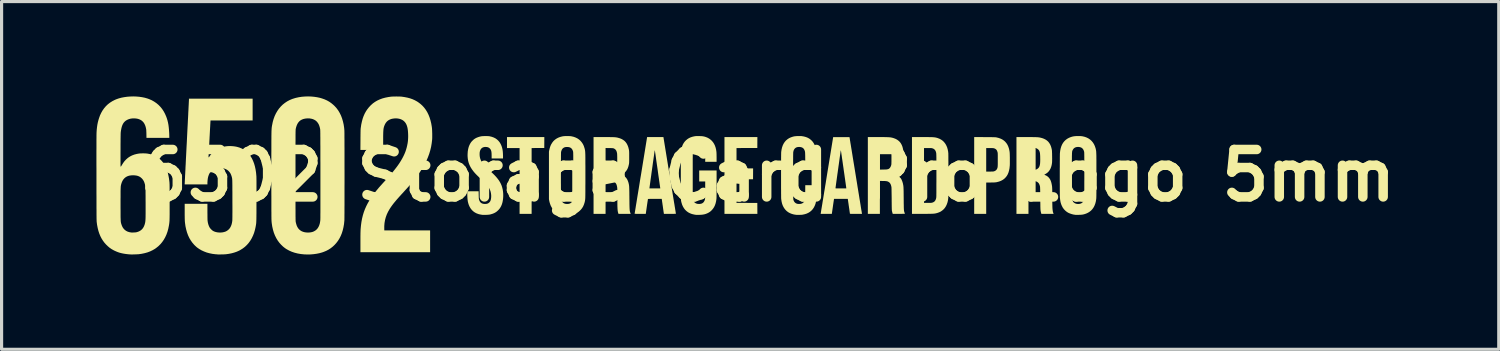
<source format=kicad_pcb>
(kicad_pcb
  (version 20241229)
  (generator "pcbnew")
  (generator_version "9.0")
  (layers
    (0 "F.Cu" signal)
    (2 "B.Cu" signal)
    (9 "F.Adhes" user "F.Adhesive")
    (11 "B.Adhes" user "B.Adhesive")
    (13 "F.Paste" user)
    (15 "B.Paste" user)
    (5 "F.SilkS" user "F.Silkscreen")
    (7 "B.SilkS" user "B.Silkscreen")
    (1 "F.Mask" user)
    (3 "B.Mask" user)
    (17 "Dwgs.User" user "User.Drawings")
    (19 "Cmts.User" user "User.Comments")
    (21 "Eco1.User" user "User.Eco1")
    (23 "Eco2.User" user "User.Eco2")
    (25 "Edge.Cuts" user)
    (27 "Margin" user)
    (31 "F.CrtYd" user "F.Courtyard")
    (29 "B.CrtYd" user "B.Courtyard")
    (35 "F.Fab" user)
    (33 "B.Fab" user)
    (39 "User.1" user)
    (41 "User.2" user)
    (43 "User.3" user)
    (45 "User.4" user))
  (footprint "6502 Storage Card Pro Logo 5mm"
    (layer "F.Cu")
    (at 21.237 2.5)
    (property "Reference" "6502 Storage Card Pro Logo 5mm" (at 0 0 0) (layer "F.SilkS") (effects (font (size 1.5 1.5) (thickness 0.3))))
    (attr board_only exclude_from_pos_files exclude_from_bom)
    (fp_poly (pts (xy -7.07 -1.042) (xy -7.071 -0.869) (xy -7.271 -0.868) (xy -7.471 -0.867) (xy -7.471 0.173) (xy -7.471 1.214) (xy -7.661 1.214) (xy -7.852 1.214) (xy -7.852 0.173) (xy -7.852 -0.867) (xy -8.051 -0.867) (xy -8.25 -0.867) (xy -8.25 -1.041) (xy -8.25 -1.214) (xy -7.659 -1.214) (xy -7.069 -1.214)) (stroke (width 0) (type solid)) (fill yes) (layer "F.SilkS"))
    (fp_poly (pts (xy -0.331 -1.042) (xy -0.332 -0.869) (xy -0.661 -0.868) (xy -0.99 -0.867) (xy -0.99 -0.546) (xy -0.99 -0.224) (xy -0.728 -0.224) (xy -0.465 -0.224) (xy -0.466 -0.052) (xy -0.467 0.121) (xy -0.729 0.122) (xy -0.99 0.123) (xy -0.99 0.495) (xy -0.99 0.867) (xy -0.661 0.868) (xy -0.332 0.869) (xy -0.331 1.042) (xy -0.33 1.214) (xy -0.85 1.214) (xy -1.371 1.214) (xy -1.371 0) (xy -1.371 -1.214) (xy -0.85 -1.214) (xy -0.33 -1.214)) (stroke (width 0) (type solid)) (fill yes) (layer "F.SilkS"))
    (fp_poly (pts (xy 6.861 -1.213) (xy 6.923 -1.213) (xy 6.977 -1.212) (xy 7.024 -1.212) (xy 7.065 -1.212) (xy 7.099 -1.211) (xy 7.128 -1.211) (xy 7.152 -1.21) (xy 7.172 -1.209) (xy 7.188 -1.209) (xy 7.201 -1.208) (xy 7.212 -1.207) (xy 7.221 -1.206) (xy 7.229 -1.204) (xy 7.23 -1.204) (xy 7.297 -1.188) (xy 7.357 -1.167) (xy 7.411 -1.142) (xy 7.458 -1.111) (xy 7.501 -1.075) (xy 7.538 -1.033) (xy 7.559 -1.005) (xy 7.587 -0.957) (xy 7.61 -0.904) (xy 7.629 -0.845) (xy 7.643 -0.779) (xy 7.649 -0.742) (xy 7.65 -0.727) (xy 7.652 -0.705) (xy 7.653 -0.676) (xy 7.654 -0.643) (xy 7.655 -0.605) (xy 7.656 -0.565) (xy 7.656 -0.524) (xy 7.656 -0.483) (xy 7.656 -0.442) (xy 7.656 -0.404) (xy 7.656 -0.369) (xy 7.655 -0.339) (xy 7.654 -0.314) (xy 7.653 -0.305) (xy 7.645 -0.227) (xy 7.631 -0.156) (xy 7.612 -0.091) (xy 7.587 -0.032) (xy 7.556 0.02) (xy 7.519 0.066) (xy 7.477 0.107) (xy 7.429 0.141) (xy 7.375 0.17) (xy 7.314 0.193) (xy 7.248 0.21) (xy 7.23 0.214) (xy 7.216 0.216) (xy 7.2 0.218) (xy 7.181 0.219) (xy 7.159 0.221) (xy 7.131 0.222) (xy 7.097 0.222) (xy 7.055 0.223) (xy 7.049 0.223) (xy 6.908 0.225) (xy 6.908 0.72) (xy 6.908 1.214) (xy 6.718 1.214) (xy 6.528 1.214) (xy 6.528 -0.000213) (xy 6.528 -0.495) (xy 6.908 -0.495) (xy 6.908 -0.123) (xy 7.017 -0.123) (xy 7.057 -0.123) (xy 7.089 -0.124) (xy 7.113 -0.124) (xy 7.132 -0.126) (xy 7.145 -0.128) (xy 7.147 -0.128) (xy 7.182 -0.141) (xy 7.211 -0.159) (xy 7.235 -0.182) (xy 7.251 -0.209) (xy 7.251 -0.209) (xy 7.256 -0.221) (xy 7.261 -0.232) (xy 7.264 -0.243) (xy 7.267 -0.255) (xy 7.269 -0.268) (xy 7.271 -0.284) (xy 7.272 -0.304) (xy 7.273 -0.328) (xy 7.274 -0.357) (xy 7.274 -0.391) (xy 7.274 -0.432) (xy 7.274 -0.481) (xy 7.274 -0.495) (xy 7.274 -0.543) (xy 7.274 -0.584) (xy 7.274 -0.618) (xy 7.274 -0.646) (xy 7.273 -0.668) (xy 7.273 -0.686) (xy 7.272 -0.7) (xy 7.271 -0.712) (xy 7.27 -0.721) (xy 7.268 -0.729) (xy 7.267 -0.734) (xy 7.255 -0.77) (xy 7.241 -0.799) (xy 7.223 -0.822) (xy 7.2 -0.839) (xy 7.19 -0.845) (xy 7.177 -0.851) (xy 7.164 -0.856) (xy 7.151 -0.86) (xy 7.136 -0.863) (xy 7.118 -0.865) (xy 7.096 -0.866) (xy 7.069 -0.867) (xy 7.035 -0.867) (xy 7.017 -0.867) (xy 6.908 -0.867) (xy 6.908 -0.495) (xy 6.528 -0.495) (xy 6.528 -1.215)) (stroke (width 0) (type solid)) (fill yes) (layer "F.SilkS"))
    (fp_poly (pts (xy 4.948 -1.214) (xy 5.007 -1.214) (xy 5.06 -1.214) (xy 5.105 -1.213) (xy 5.145 -1.213) (xy 5.179 -1.212) (xy 5.209 -1.211) (xy 5.235 -1.209) (xy 5.258 -1.207) (xy 5.279 -1.205) (xy 5.297 -1.202) (xy 5.314 -1.199) (xy 5.33 -1.195) (xy 5.346 -1.191) (xy 5.364 -1.186) (xy 5.375 -1.182) (xy 5.434 -1.159) (xy 5.487 -1.13) (xy 5.535 -1.095) (xy 5.577 -1.053) (xy 5.614 -1.005) (xy 5.645 -0.951) (xy 5.671 -0.892) (xy 5.69 -0.826) (xy 5.704 -0.755) (xy 5.709 -0.705) (xy 5.71 -0.695) (xy 5.71 -0.678) (xy 5.71 -0.654) (xy 5.711 -0.623) (xy 5.711 -0.586) (xy 5.711 -0.543) (xy 5.711 -0.495) (xy 5.712 -0.442) (xy 5.712 -0.386) (xy 5.712 -0.326) (xy 5.712 -0.264) (xy 5.712 -0.199) (xy 5.712 -0.132) (xy 5.712 -0.065) (xy 5.712 0.003) (xy 5.712 0.072) (xy 5.712 0.139) (xy 5.712 0.205) (xy 5.712 0.27) (xy 5.712 0.332) (xy 5.712 0.392) (xy 5.712 0.448) (xy 5.711 0.5) (xy 5.711 0.547) (xy 5.711 0.59) (xy 5.711 0.626) (xy 5.71 0.657) (xy 5.71 0.68) (xy 5.71 0.697) (xy 5.709 0.704) (xy 5.7 0.778) (xy 5.685 0.847) (xy 5.663 0.911) (xy 5.637 0.968) (xy 5.604 1.02) (xy 5.566 1.066) (xy 5.522 1.105) (xy 5.473 1.139) (xy 5.447 1.153) (xy 5.405 1.171) (xy 5.359 1.187) (xy 5.32 1.197) (xy 5.306 1.2) (xy 5.291 1.203) (xy 5.276 1.205) (xy 5.26 1.207) (xy 5.242 1.209) (xy 5.221 1.21) (xy 5.197 1.211) (xy 5.169 1.212) (xy 5.136 1.213) (xy 5.098 1.213) (xy 5.055 1.214) (xy 5.005 1.214) (xy 4.947 1.214) (xy 4.882 1.214) (xy 4.881 1.214) (xy 4.56 1.214) (xy 4.56 0) (xy 4.941 0) (xy 4.941 0.867) (xy 5.059 0.867) (xy 5.095 0.867) (xy 5.123 0.867) (xy 5.145 0.867) (xy 5.162 0.866) (xy 5.175 0.865) (xy 5.186 0.863) (xy 5.195 0.862) (xy 5.204 0.859) (xy 5.206 0.858) (xy 5.239 0.845) (xy 5.267 0.827) (xy 5.289 0.803) (xy 5.307 0.773) (xy 5.32 0.737) (xy 5.325 0.717) (xy 5.326 0.712) (xy 5.327 0.707) (xy 5.328 0.7) (xy 5.328 0.692) (xy 5.329 0.683) (xy 5.33 0.671) (xy 5.33 0.656) (xy 5.331 0.638) (xy 5.331 0.617) (xy 5.331 0.592) (xy 5.332 0.563) (xy 5.332 0.529) (xy 5.332 0.49) (xy 5.332 0.446) (xy 5.332 0.396) (xy 5.332 0.339) (xy 5.332 0.276) (xy 5.333 0.206) (xy 5.333 0.128) (xy 5.333 0.043) (xy 5.333 0) (xy 5.333 -0.089) (xy 5.333 -0.171) (xy 5.333 -0.244) (xy 5.332 -0.311) (xy 5.332 -0.37) (xy 5.332 -0.423) (xy 5.332 -0.47) (xy 5.332 -0.512) (xy 5.332 -0.548) (xy 5.332 -0.579) (xy 5.331 -0.606) (xy 5.331 -0.629) (xy 5.33 -0.648) (xy 5.33 -0.664) (xy 5.329 -0.677) (xy 5.329 -0.688) (xy 5.328 -0.697) (xy 5.327 -0.704) (xy 5.326 -0.71) (xy 5.326 -0.715) (xy 5.325 -0.717) (xy 5.315 -0.754) (xy 5.301 -0.785) (xy 5.284 -0.81) (xy 5.281 -0.812) (xy 5.262 -0.831) (xy 5.242 -0.844) (xy 5.217 -0.855) (xy 5.206 -0.858) (xy 5.197 -0.861) (xy 5.188 -0.863) (xy 5.177 -0.865) (xy 5.165 -0.866) (xy 5.149 -0.867) (xy 5.128 -0.867) (xy 5.101 -0.867) (xy 5.067 -0.867) (xy 5.059 -0.867) (xy 4.941 -0.867) (xy 4.941 0) (xy 4.56 0) (xy 4.56 -1.214) (xy 4.881 -1.214)) (stroke (width 0) (type solid)) (fill yes) (layer "F.SilkS"))
    (fp_poly (pts (xy -3.106 -0.007) (xy -3.089 0.093) (xy -3.073 0.19) (xy -3.058 0.286) (xy -3.043 0.378) (xy -3.028 0.467) (xy -3.014 0.553) (xy -3.001 0.635) (xy -2.988 0.713) (xy -2.976 0.787) (xy -2.965 0.856) (xy -2.954 0.919) (xy -2.945 0.978) (xy -2.936 1.03) (xy -2.929 1.076) (xy -2.922 1.116) (xy -2.917 1.149) (xy -2.913 1.175) (xy -2.91 1.193) (xy -2.908 1.204) (xy -2.907 1.207) (xy -2.907 1.209) (xy -2.909 1.21) (xy -2.912 1.211) (xy -2.918 1.212) (xy -2.928 1.213) (xy -2.942 1.213) (xy -2.961 1.214) (xy -2.985 1.214) (xy -3.016 1.214) (xy -3.054 1.214) (xy -3.096 1.214) (xy -3.287 1.214) (xy -3.289 1.2) (xy -3.29 1.194) (xy -3.292 1.181) (xy -3.295 1.161) (xy -3.299 1.136) (xy -3.303 1.107) (xy -3.308 1.074) (xy -3.313 1.038) (xy -3.318 1.001) (xy -3.323 0.963) (xy -3.329 0.925) (xy -3.334 0.888) (xy -3.339 0.854) (xy -3.344 0.822) (xy -3.347 0.794) (xy -3.351 0.772) (xy -3.353 0.755) (xy -3.354 0.744) (xy -3.355 0.742) (xy -3.359 0.741) (xy -3.371 0.741) (xy -3.389 0.741) (xy -3.414 0.741) (xy -3.444 0.741) (xy -3.479 0.74) (xy -3.517 0.74) (xy -3.558 0.74) (xy -3.572 0.74) (xy -3.623 0.74) (xy -3.666 0.741) (xy -3.701 0.741) (xy -3.73 0.741) (xy -3.752 0.742) (xy -3.769 0.742) (xy -3.781 0.743) (xy -3.788 0.744) (xy -3.791 0.745) (xy -3.792 0.746) (xy -3.792 0.751) (xy -3.794 0.763) (xy -3.797 0.783) (xy -3.801 0.808) (xy -3.806 0.839) (xy -3.811 0.874) (xy -3.817 0.913) (xy -3.823 0.955) (xy -3.827 0.983) (xy -3.86 1.214) (xy -4.037 1.214) (xy -4.081 1.214) (xy -4.117 1.214) (xy -4.145 1.214) (xy -4.168 1.214) (xy -4.185 1.213) (xy -4.197 1.213) (xy -4.205 1.212) (xy -4.21 1.211) (xy -4.212 1.209) (xy -4.213 1.208) (xy -4.213 1.207) (xy -4.212 1.202) (xy -4.21 1.189) (xy -4.206 1.169) (xy -4.202 1.141) (xy -4.196 1.106) (xy -4.189 1.065) (xy -4.181 1.017) (xy -4.173 0.963) (xy -4.163 0.903) (xy -4.152 0.838) (xy -4.141 0.768) (xy -4.129 0.694) (xy -4.116 0.614) (xy -4.102 0.531) (xy -4.088 0.444) (xy -4.082 0.41) (xy -3.744 0.41) (xy -3.572 0.41) (xy -3.401 0.41) (xy -3.403 0.397) (xy -3.404 0.391) (xy -3.406 0.377) (xy -3.409 0.356) (xy -3.413 0.328) (xy -3.418 0.294) (xy -3.424 0.253) (xy -3.43 0.208) (xy -3.438 0.157) (xy -3.445 0.102) (xy -3.454 0.043) (xy -3.463 -0.02) (xy -3.472 -0.086) (xy -3.481 -0.154) (xy -3.488 -0.203) (xy -3.498 -0.272) (xy -3.508 -0.339) (xy -3.517 -0.404) (xy -3.526 -0.465) (xy -3.534 -0.522) (xy -3.541 -0.575) (xy -3.548 -0.623) (xy -3.554 -0.667) (xy -3.56 -0.704) (xy -3.565 -0.736) (xy -3.568 -0.76) (xy -3.571 -0.778) (xy -3.572 -0.788) (xy -3.573 -0.791) (xy -3.577 -0.79) (xy -3.578 -0.79) (xy -3.578 -0.785) (xy -3.58 -0.773) (xy -3.583 -0.754) (xy -3.587 -0.728) (xy -3.592 -0.695) (xy -3.597 -0.658) (xy -3.603 -0.615) (xy -3.61 -0.568) (xy -3.617 -0.518) (xy -3.625 -0.464) (xy -3.633 -0.407) (xy -3.641 -0.349) (xy -3.649 -0.289) (xy -3.658 -0.228) (xy -3.666 -0.167) (xy -3.675 -0.106) (xy -3.683 -0.045) (xy -3.691 0.013) (xy -3.699 0.07) (xy -3.707 0.124) (xy -3.714 0.175) (xy -3.72 0.222) (xy -3.726 0.265) (xy -3.731 0.304) (xy -3.736 0.336) (xy -3.739 0.363) (xy -3.742 0.383) (xy -3.743 0.396) (xy -3.744 0.401) (xy -3.744 0.41) (xy -4.082 0.41) (xy -4.073 0.354) (xy -4.058 0.261) (xy -4.043 0.165) (xy -4.027 0.067) (xy -4.014 -0.007) (xy -3.818 -1.214) (xy -3.56 -1.214) (xy -3.302 -1.214)) (stroke (width 0) (type solid)) (fill yes) (layer "F.SilkS"))
    (fp_poly (pts (xy 8.242 -1.214) (xy 8.299 -1.214) (xy 8.348 -1.214) (xy 8.392 -1.213) (xy 8.429 -1.213) (xy 8.462 -1.212) (xy 8.49 -1.211) (xy 8.514 -1.21) (xy 8.535 -1.209) (xy 8.554 -1.207) (xy 8.571 -1.205) (xy 8.587 -1.203) (xy 8.603 -1.2) (xy 8.618 -1.197) (xy 8.68 -1.181) (xy 8.736 -1.16) (xy 8.787 -1.134) (xy 8.832 -1.103) (xy 8.871 -1.067) (xy 8.9 -1.03) (xy 8.921 -0.997) (xy 8.938 -0.964) (xy 8.952 -0.931) (xy 8.964 -0.895) (xy 8.975 -0.854) (xy 8.984 -0.812) (xy 8.986 -0.799) (xy 8.988 -0.778) (xy 8.989 -0.752) (xy 8.99 -0.72) (xy 8.992 -0.685) (xy 8.992 -0.647) (xy 8.993 -0.608) (xy 8.993 -0.569) (xy 8.994 -0.53) (xy 8.993 -0.494) (xy 8.993 -0.462) (xy 8.992 -0.433) (xy 8.991 -0.411) (xy 8.99 -0.398) (xy 8.979 -0.33) (xy 8.962 -0.268) (xy 8.94 -0.213) (xy 8.912 -0.164) (xy 8.879 -0.121) (xy 8.84 -0.084) (xy 8.795 -0.053) (xy 8.779 -0.044) (xy 8.765 -0.036) (xy 8.754 -0.029) (xy 8.748 -0.025) (xy 8.747 -0.024) (xy 8.751 -0.021) (xy 8.76 -0.016) (xy 8.773 -0.011) (xy 8.811 0.006) (xy 8.846 0.029) (xy 8.878 0.057) (xy 8.905 0.089) (xy 8.929 0.125) (xy 8.949 0.167) (xy 8.965 0.215) (xy 8.978 0.269) (xy 8.989 0.331) (xy 8.992 0.355) (xy 8.993 0.37) (xy 8.994 0.386) (xy 8.995 0.404) (xy 8.996 0.426) (xy 8.997 0.452) (xy 8.997 0.483) (xy 8.998 0.519) (xy 8.998 0.562) (xy 8.998 0.611) (xy 8.998 0.668) (xy 8.998 0.675) (xy 8.998 0.747) (xy 8.999 0.812) (xy 8.999 0.869) (xy 9 0.92) (xy 9.001 0.965) (xy 9.002 1.004) (xy 9.004 1.038) (xy 9.006 1.067) (xy 9.009 1.093) (xy 9.012 1.116) (xy 9.015 1.136) (xy 9.019 1.153) (xy 9.024 1.17) (xy 9.029 1.185) (xy 9.03 1.187) (xy 9.04 1.214) (xy 8.846 1.214) (xy 8.653 1.214) (xy 8.648 1.198) (xy 8.637 1.158) (xy 8.63 1.122) (xy 8.626 1.096) (xy 8.625 1.085) (xy 8.624 1.067) (xy 8.623 1.041) (xy 8.622 1.009) (xy 8.621 0.971) (xy 8.621 0.927) (xy 8.62 0.879) (xy 8.619 0.826) (xy 8.618 0.769) (xy 8.618 0.713) (xy 8.617 0.65) (xy 8.617 0.596) (xy 8.616 0.549) (xy 8.616 0.508) (xy 8.615 0.474) (xy 8.615 0.445) (xy 8.614 0.42) (xy 8.613 0.401) (xy 8.613 0.384) (xy 8.612 0.371) (xy 8.611 0.361) (xy 8.61 0.352) (xy 8.609 0.345) (xy 8.607 0.338) (xy 8.606 0.332) (xy 8.606 0.331) (xy 8.592 0.291) (xy 8.576 0.257) (xy 8.555 0.231) (xy 8.53 0.21) (xy 8.51 0.198) (xy 8.491 0.19) (xy 8.47 0.184) (xy 8.448 0.179) (xy 8.421 0.176) (xy 8.39 0.174) (xy 8.352 0.174) (xy 8.332 0.173) (xy 8.245 0.173) (xy 8.245 0.694) (xy 8.245 1.214) (xy 8.055 1.214) (xy 7.865 1.214) (xy 7.865 0) (xy 7.865 -0.52) (xy 8.245 -0.52) (xy 8.245 -0.172) (xy 8.348 -0.175) (xy 8.383 -0.175) (xy 8.41 -0.176) (xy 8.432 -0.177) (xy 8.448 -0.179) (xy 8.461 -0.181) (xy 8.471 -0.183) (xy 8.474 -0.184) (xy 8.502 -0.194) (xy 8.525 -0.207) (xy 8.546 -0.223) (xy 8.549 -0.226) (xy 8.565 -0.242) (xy 8.578 -0.26) (xy 8.589 -0.281) (xy 8.598 -0.305) (xy 8.605 -0.334) (xy 8.611 -0.367) (xy 8.614 -0.405) (xy 8.616 -0.449) (xy 8.617 -0.501) (xy 8.616 -0.559) (xy 8.616 -0.573) (xy 8.615 -0.615) (xy 8.613 -0.649) (xy 8.611 -0.678) (xy 8.609 -0.702) (xy 8.605 -0.722) (xy 8.601 -0.741) (xy 8.595 -0.758) (xy 8.592 -0.768) (xy 8.579 -0.793) (xy 8.56 -0.816) (xy 8.536 -0.837) (xy 8.511 -0.852) (xy 8.505 -0.855) (xy 8.498 -0.858) (xy 8.49 -0.86) (xy 8.481 -0.862) (xy 8.471 -0.863) (xy 8.457 -0.864) (xy 8.439 -0.865) (xy 8.416 -0.866) (xy 8.386 -0.866) (xy 8.363 -0.866) (xy 8.245 -0.868) (xy 8.245 -0.52) (xy 7.865 -0.52) (xy 7.865 -1.214) (xy 8.177 -1.214)) (stroke (width 0) (type solid)) (fill yes) (layer "F.SilkS"))
    (fp_poly (pts (xy -5.132 -1.214) (xy -5.074 -1.214) (xy -5.023 -1.214) (xy -4.979 -1.213) (xy -4.94 -1.213) (xy -4.907 -1.212) (xy -4.878 -1.211) (xy -4.852 -1.21) (xy -4.83 -1.208) (xy -4.811 -1.206) (xy -4.793 -1.204) (xy -4.776 -1.201) (xy -4.76 -1.198) (xy -4.744 -1.194) (xy -4.74 -1.193) (xy -4.678 -1.175) (xy -4.623 -1.152) (xy -4.574 -1.124) (xy -4.53 -1.09) (xy -4.493 -1.05) (xy -4.461 -1.004) (xy -4.435 -0.952) (xy -4.413 -0.894) (xy -4.397 -0.828) (xy -4.394 -0.817) (xy -4.392 -0.805) (xy -4.39 -0.793) (xy -4.389 -0.781) (xy -4.387 -0.769) (xy -4.387 -0.754) (xy -4.386 -0.735) (xy -4.385 -0.713) (xy -4.385 -0.686) (xy -4.385 -0.654) (xy -4.385 -0.614) (xy -4.385 -0.582) (xy -4.385 -0.537) (xy -4.385 -0.499) (xy -4.385 -0.468) (xy -4.386 -0.443) (xy -4.386 -0.423) (xy -4.387 -0.406) (xy -4.388 -0.392) (xy -4.389 -0.38) (xy -4.391 -0.369) (xy -4.393 -0.358) (xy -4.395 -0.348) (xy -4.41 -0.286) (xy -4.429 -0.231) (xy -4.453 -0.182) (xy -4.482 -0.14) (xy -4.516 -0.102) (xy -4.555 -0.071) (xy -4.568 -0.062) (xy -4.584 -0.052) (xy -4.601 -0.043) (xy -4.614 -0.036) (xy -4.615 -0.036) (xy -4.625 -0.031) (xy -4.631 -0.026) (xy -4.631 -0.024) (xy -4.627 -0.021) (xy -4.617 -0.016) (xy -4.603 -0.01) (xy -4.6 -0.009) (xy -4.556 0.012) (xy -4.517 0.039) (xy -4.484 0.073) (xy -4.455 0.113) (xy -4.432 0.159) (xy -4.412 0.213) (xy -4.406 0.234) (xy -4.402 0.25) (xy -4.399 0.265) (xy -4.395 0.28) (xy -4.393 0.295) (xy -4.39 0.311) (xy -4.388 0.329) (xy -4.386 0.349) (xy -4.385 0.371) (xy -4.384 0.397) (xy -4.383 0.427) (xy -4.382 0.462) (xy -4.381 0.502) (xy -4.38 0.549) (xy -4.38 0.602) (xy -4.379 0.662) (xy -4.379 0.715) (xy -4.378 0.782) (xy -4.377 0.842) (xy -4.377 0.894) (xy -4.376 0.94) (xy -4.375 0.979) (xy -4.374 1.013) (xy -4.373 1.042) (xy -4.371 1.067) (xy -4.37 1.089) (xy -4.368 1.107) (xy -4.365 1.123) (xy -4.363 1.137) (xy -4.359 1.15) (xy -4.356 1.162) (xy -4.352 1.174) (xy -4.347 1.187) (xy -4.337 1.214) (xy -4.53 1.214) (xy -4.724 1.214) (xy -4.731 1.192) (xy -4.736 1.176) (xy -4.74 1.16) (xy -4.744 1.143) (xy -4.747 1.124) (xy -4.75 1.104) (xy -4.752 1.08) (xy -4.754 1.054) (xy -4.755 1.024) (xy -4.757 0.989) (xy -4.758 0.949) (xy -4.758 0.903) (xy -4.759 0.851) (xy -4.759 0.792) (xy -4.759 0.726) (xy -4.759 0.694) (xy -4.759 0.641) (xy -4.759 0.591) (xy -4.76 0.545) (xy -4.76 0.503) (xy -4.761 0.466) (xy -4.761 0.434) (xy -4.762 0.41) (xy -4.763 0.392) (xy -4.764 0.382) (xy -4.772 0.335) (xy -4.784 0.294) (xy -4.799 0.261) (xy -4.819 0.234) (xy -4.844 0.212) (xy -4.868 0.198) (xy -4.887 0.19) (xy -4.907 0.184) (xy -4.93 0.18) (xy -4.958 0.176) (xy -4.99 0.175) (xy -5.029 0.174) (xy -5.046 0.174) (xy -5.132 0.173) (xy -5.132 0.694) (xy -5.132 1.214) (xy -5.322 1.214) (xy -5.512 1.214) (xy -5.512 0) (xy -5.512 -0.52) (xy -5.132 -0.52) (xy -5.132 -0.172) (xy -5.029 -0.175) (xy -4.994 -0.175) (xy -4.967 -0.176) (xy -4.945 -0.177) (xy -4.929 -0.179) (xy -4.916 -0.181) (xy -4.906 -0.183) (xy -4.903 -0.184) (xy -4.866 -0.199) (xy -4.835 -0.22) (xy -4.809 -0.246) (xy -4.79 -0.278) (xy -4.776 -0.316) (xy -4.77 -0.339) (xy -4.768 -0.354) (xy -4.767 -0.376) (xy -4.765 -0.403) (xy -4.764 -0.435) (xy -4.763 -0.47) (xy -4.763 -0.508) (xy -4.763 -0.545) (xy -4.763 -0.583) (xy -4.764 -0.618) (xy -4.765 -0.649) (xy -4.766 -0.676) (xy -4.768 -0.698) (xy -4.77 -0.709) (xy -4.78 -0.751) (xy -4.795 -0.787) (xy -4.816 -0.816) (xy -4.841 -0.838) (xy -4.872 -0.855) (xy -4.873 -0.855) (xy -4.88 -0.858) (xy -4.888 -0.86) (xy -4.897 -0.862) (xy -4.908 -0.863) (xy -4.922 -0.864) (xy -4.941 -0.865) (xy -4.965 -0.866) (xy -4.997 -0.866) (xy -5.014 -0.866) (xy -5.132 -0.868) (xy -5.132 -0.52) (xy -5.512 -0.52) (xy -5.512 -1.214) (xy -5.198 -1.214)) (stroke (width 0) (type solid)) (fill yes) (layer "F.SilkS"))
    (fp_poly (pts (xy 2.484 -1.213) (xy 2.521 -1.213) (xy 2.549 -1.212) (xy 2.569 -1.212) (xy 2.581 -1.211) (xy 2.585 -1.21) (xy 2.585 -1.21) (xy 2.586 -1.205) (xy 2.587 -1.193) (xy 2.591 -1.173) (xy 2.595 -1.146) (xy 2.6 -1.112) (xy 2.607 -1.072) (xy 2.614 -1.026) (xy 2.623 -0.975) (xy 2.632 -0.918) (xy 2.642 -0.856) (xy 2.653 -0.791) (xy 2.664 -0.721) (xy 2.676 -0.648) (xy 2.688 -0.571) (xy 2.701 -0.492) (xy 2.714 -0.411) (xy 2.728 -0.328) (xy 2.742 -0.243) (xy 2.756 -0.157) (xy 2.77 -0.07) (xy 2.784 0.017) (xy 2.798 0.104) (xy 2.812 0.19) (xy 2.826 0.275) (xy 2.839 0.359) (xy 2.853 0.442) (xy 2.866 0.522) (xy 2.879 0.6) (xy 2.891 0.675) (xy 2.902 0.746) (xy 2.914 0.814) (xy 2.924 0.878) (xy 2.934 0.937) (xy 2.942 0.991) (xy 2.95 1.04) (xy 2.957 1.084) (xy 2.964 1.121) (xy 2.969 1.151) (xy 2.972 1.175) (xy 2.975 1.191) (xy 2.976 1.199) (xy 2.977 1.2) (xy 2.979 1.214) (xy 2.788 1.214) (xy 2.749 1.214) (xy 2.713 1.214) (xy 2.68 1.214) (xy 2.651 1.214) (xy 2.628 1.214) (xy 2.61 1.213) (xy 2.6 1.213) (xy 2.598 1.213) (xy 2.597 1.208) (xy 2.595 1.196) (xy 2.593 1.178) (xy 2.589 1.154) (xy 2.585 1.125) (xy 2.581 1.093) (xy 2.576 1.058) (xy 2.57 1.021) (xy 2.565 0.983) (xy 2.559 0.945) (xy 2.554 0.908) (xy 2.549 0.873) (xy 2.544 0.84) (xy 2.54 0.812) (xy 2.537 0.788) (xy 2.534 0.77) (xy 2.533 0.758) (xy 2.532 0.754) (xy 2.529 0.74) (xy 2.312 0.74) (xy 2.095 0.74) (xy 2.093 0.75) (xy 2.092 0.756) (xy 2.09 0.769) (xy 2.087 0.789) (xy 2.083 0.816) (xy 2.078 0.847) (xy 2.073 0.883) (xy 2.067 0.922) (xy 2.061 0.964) (xy 2.058 0.987) (xy 2.025 1.214) (xy 1.848 1.214) (xy 1.671 1.214) (xy 1.674 1.203) (xy 1.674 1.197) (xy 1.677 1.184) (xy 1.68 1.164) (xy 1.685 1.135) (xy 1.69 1.1) (xy 1.697 1.058) (xy 1.705 1.01) (xy 1.714 0.956) (xy 1.724 0.896) (xy 1.734 0.831) (xy 1.746 0.761) (xy 1.758 0.686) (xy 1.771 0.606) (xy 1.784 0.523) (xy 1.799 0.436) (xy 1.804 0.404) (xy 2.141 0.404) (xy 2.142 0.406) (xy 2.145 0.407) (xy 2.153 0.408) (xy 2.164 0.409) (xy 2.18 0.409) (xy 2.201 0.41) (xy 2.229 0.41) (xy 2.264 0.41) (xy 2.306 0.41) (xy 2.312 0.41) (xy 2.349 0.41) (xy 2.383 0.41) (xy 2.414 0.41) (xy 2.44 0.41) (xy 2.461 0.409) (xy 2.475 0.409) (xy 2.483 0.408) (xy 2.483 0.408) (xy 2.483 0.403) (xy 2.481 0.39) (xy 2.478 0.37) (xy 2.475 0.343) (xy 2.47 0.311) (xy 2.465 0.273) (xy 2.459 0.23) (xy 2.452 0.182) (xy 2.445 0.131) (xy 2.437 0.077) (xy 2.429 0.02) (xy 2.421 -0.038) (xy 2.412 -0.099) (xy 2.403 -0.16) (xy 2.395 -0.221) (xy 2.386 -0.282) (xy 2.377 -0.343) (xy 2.369 -0.401) (xy 2.361 -0.458) (xy 2.353 -0.512) (xy 2.345 -0.563) (xy 2.339 -0.611) (xy 2.332 -0.654) (xy 2.327 -0.692) (xy 2.322 -0.725) (xy 2.318 -0.752) (xy 2.315 -0.772) (xy 2.313 -0.785) (xy 2.312 -0.79) (xy 2.312 -0.79) (xy 2.308 -0.79) (xy 2.307 -0.79) (xy 2.307 -0.786) (xy 2.305 -0.774) (xy 2.302 -0.754) (xy 2.298 -0.728) (xy 2.294 -0.696) (xy 2.288 -0.659) (xy 2.282 -0.616) (xy 2.275 -0.569) (xy 2.268 -0.518) (xy 2.261 -0.465) (xy 2.253 -0.408) (xy 2.245 -0.349) (xy 2.236 -0.289) (xy 2.228 -0.228) (xy 2.219 -0.167) (xy 2.211 -0.106) (xy 2.202 -0.046) (xy 2.194 0.013) (xy 2.186 0.07) (xy 2.179 0.124) (xy 2.171 0.176) (xy 2.165 0.223) (xy 2.159 0.266) (xy 2.154 0.305) (xy 2.149 0.338) (xy 2.146 0.365) (xy 2.143 0.385) (xy 2.141 0.399) (xy 2.141 0.404) (xy 2.141 0.404) (xy 1.804 0.404) (xy 1.813 0.346) (xy 1.829 0.253) (xy 1.844 0.157) (xy 1.86 0.058) (xy 1.871 -0.011) (xy 2.067 -1.212) (xy 2.326 -1.213) (xy 2.387 -1.213) (xy 2.44 -1.213)) (stroke (width 0) (type solid)) (fill yes) (layer "F.SilkS"))
    (fp_poly (pts (xy -8.907 -1.246) (xy -8.871 -1.245) (xy -8.838 -1.244) (xy -8.811 -1.241) (xy -8.795 -1.238) (xy -8.729 -1.222) (xy -8.669 -1.2) (xy -8.615 -1.173) (xy -8.567 -1.139) (xy -8.525 -1.1) (xy -8.487 -1.055) (xy -8.455 -1.003) (xy -8.444 -0.981) (xy -8.423 -0.933) (xy -8.406 -0.882) (xy -8.393 -0.827) (xy -8.384 -0.767) (xy -8.379 -0.702) (xy -8.376 -0.63) (xy -8.376 -0.62) (xy -8.376 -0.537) (xy -8.556 -0.537) (xy -8.736 -0.537) (xy -8.736 -0.625) (xy -8.737 -0.673) (xy -8.739 -0.713) (xy -8.743 -0.747) (xy -8.749 -0.776) (xy -8.758 -0.801) (xy -8.769 -0.823) (xy -8.783 -0.842) (xy -8.795 -0.855) (xy -8.822 -0.877) (xy -8.854 -0.892) (xy -8.891 -0.9) (xy -8.933 -0.902) (xy -8.958 -0.901) (xy -8.995 -0.893) (xy -9.028 -0.879) (xy -9.056 -0.858) (xy -9.079 -0.831) (xy -9.096 -0.798) (xy -9.097 -0.794) (xy -9.106 -0.767) (xy -9.112 -0.742) (xy -9.115 -0.717) (xy -9.116 -0.688) (xy -9.116 -0.653) (xy -9.116 -0.652) (xy -9.113 -0.612) (xy -9.107 -0.574) (xy -9.098 -0.537) (xy -9.085 -0.501) (xy -9.069 -0.464) (xy -9.048 -0.428) (xy -9.023 -0.39) (xy -8.992 -0.351) (xy -8.956 -0.31) (xy -8.915 -0.266) (xy -8.867 -0.219) (xy -8.813 -0.168) (xy -8.772 -0.131) (xy -8.705 -0.069) (xy -8.645 -0.01) (xy -8.592 0.047) (xy -8.546 0.103) (xy -8.506 0.157) (xy -8.472 0.212) (xy -8.444 0.266) (xy -8.42 0.322) (xy -8.402 0.379) (xy -8.387 0.439) (xy -8.377 0.501) (xy -8.371 0.56) (xy -8.369 0.619) (xy -8.37 0.68) (xy -8.375 0.741) (xy -8.383 0.799) (xy -8.394 0.853) (xy -8.408 0.902) (xy -8.417 0.926) (xy -8.436 0.971) (xy -8.457 1.009) (xy -8.479 1.043) (xy -8.505 1.075) (xy -8.531 1.102) (xy -8.57 1.138) (xy -8.613 1.168) (xy -8.659 1.193) (xy -8.71 1.213) (xy -8.767 1.23) (xy -8.794 1.236) (xy -8.812 1.239) (xy -8.831 1.241) (xy -8.853 1.243) (xy -8.879 1.245) (xy -8.912 1.246) (xy -8.926 1.246) (xy -8.954 1.246) (xy -8.98 1.246) (xy -9.001 1.246) (xy -9.018 1.246) (xy -9.028 1.246) (xy -9.03 1.245) (xy -9.068 1.24) (xy -9.104 1.233) (xy -9.135 1.226) (xy -9.156 1.22) (xy -9.217 1.197) (xy -9.271 1.168) (xy -9.319 1.133) (xy -9.362 1.092) (xy -9.4 1.044) (xy -9.431 0.992) (xy -9.45 0.951) (xy -9.466 0.909) (xy -9.479 0.864) (xy -9.49 0.817) (xy -9.497 0.765) (xy -9.502 0.708) (xy -9.505 0.645) (xy -9.506 0.583) (xy -9.506 0.499) (xy -9.327 0.499) (xy -9.147 0.499) (xy -9.145 0.614) (xy -9.144 0.655) (xy -9.143 0.687) (xy -9.142 0.713) (xy -9.14 0.733) (xy -9.138 0.748) (xy -9.136 0.756) (xy -9.123 0.797) (xy -9.105 0.831) (xy -9.082 0.858) (xy -9.054 0.878) (xy -9.021 0.892) (xy -8.982 0.9) (xy -8.948 0.902) (xy -8.91 0.9) (xy -8.879 0.894) (xy -8.851 0.884) (xy -8.827 0.868) (xy -8.811 0.855) (xy -8.792 0.834) (xy -8.777 0.809) (xy -8.765 0.779) (xy -8.757 0.744) (xy -8.752 0.702) (xy -8.75 0.685) (xy -8.75 0.623) (xy -8.758 0.56) (xy -8.772 0.499) (xy -8.794 0.441) (xy -8.822 0.387) (xy -8.843 0.354) (xy -8.862 0.329) (xy -8.881 0.305) (xy -8.902 0.28) (xy -8.925 0.255) (xy -8.951 0.228) (xy -8.98 0.199) (xy -9.015 0.167) (xy -9.054 0.13) (xy -9.074 0.111) (xy -9.115 0.074) (xy -9.149 0.042) (xy -9.179 0.013) (xy -9.205 -0.012) (xy -9.228 -0.036) (xy -9.249 -0.058) (xy -9.269 -0.08) (xy -9.289 -0.103) (xy -9.309 -0.127) (xy -9.312 -0.131) (xy -9.361 -0.197) (xy -9.402 -0.263) (xy -9.435 -0.329) (xy -9.461 -0.396) (xy -9.48 -0.466) (xy -9.491 -0.539) (xy -9.497 -0.617) (xy -9.496 -0.681) (xy -9.491 -0.759) (xy -9.479 -0.832) (xy -9.462 -0.9) (xy -9.438 -0.961) (xy -9.408 -1.018) (xy -9.395 -1.038) (xy -9.379 -1.06) (xy -9.358 -1.084) (xy -9.334 -1.108) (xy -9.311 -1.13) (xy -9.293 -1.145) (xy -9.256 -1.17) (xy -9.212 -1.193) (xy -9.163 -1.212) (xy -9.112 -1.228) (xy -9.068 -1.238) (xy -9.044 -1.241) (xy -9.014 -1.244) (xy -8.98 -1.245) (xy -8.944 -1.246)) (stroke (width 0) (type solid)) (fill yes) (layer "F.SilkS"))
    (fp_poly (pts (xy 1.042 -1.247) (xy 1.072 -1.244) (xy 1.075 -1.244) (xy 1.144 -1.232) (xy 1.209 -1.214) (xy 1.268 -1.19) (xy 1.321 -1.159) (xy 1.369 -1.121) (xy 1.411 -1.078) (xy 1.447 -1.028) (xy 1.478 -0.972) (xy 1.503 -0.91) (xy 1.522 -0.842) (xy 1.536 -0.768) (xy 1.537 -0.756) (xy 1.538 -0.737) (xy 1.539 -0.712) (xy 1.54 -0.681) (xy 1.541 -0.647) (xy 1.542 -0.61) (xy 1.543 -0.572) (xy 1.543 -0.566) (xy 1.545 -0.398) (xy 1.365 -0.398) (xy 1.186 -0.398) (xy 1.183 -0.564) (xy 1.183 -0.61) (xy 1.182 -0.648) (xy 1.181 -0.68) (xy 1.18 -0.706) (xy 1.179 -0.726) (xy 1.177 -0.741) (xy 1.176 -0.753) (xy 1.175 -0.757) (xy 1.162 -0.798) (xy 1.145 -0.831) (xy 1.123 -0.858) (xy 1.096 -0.878) (xy 1.063 -0.892) (xy 1.024 -0.9) (xy 0.993 -0.902) (xy 0.954 -0.9) (xy 0.92 -0.893) (xy 0.892 -0.881) (xy 0.867 -0.864) (xy 0.852 -0.849) (xy 0.831 -0.821) (xy 0.816 -0.787) (xy 0.806 -0.746) (xy 0.804 -0.731) (xy 0.803 -0.722) (xy 0.803 -0.705) (xy 0.802 -0.68) (xy 0.802 -0.649) (xy 0.801 -0.612) (xy 0.801 -0.569) (xy 0.801 -0.521) (xy 0.8 -0.469) (xy 0.8 -0.413) (xy 0.8 -0.353) (xy 0.8 -0.29) (xy 0.8 -0.224) (xy 0.8 -0.157) (xy 0.8 -0.089) (xy 0.8 -0.019) (xy 0.8 0.05) (xy 0.801 0.119) (xy 0.801 0.188) (xy 0.801 0.255) (xy 0.801 0.32) (xy 0.802 0.383) (xy 0.802 0.443) (xy 0.803 0.5) (xy 0.803 0.552) (xy 0.804 0.6) (xy 0.804 0.643) (xy 0.805 0.68) (xy 0.805 0.711) (xy 0.806 0.736) (xy 0.807 0.753) (xy 0.807 0.762) (xy 0.808 0.764) (xy 0.821 0.803) (xy 0.84 0.836) (xy 0.864 0.862) (xy 0.893 0.882) (xy 0.927 0.895) (xy 0.932 0.896) (xy 0.953 0.9) (xy 0.98 0.901) (xy 1.007 0.901) (xy 1.033 0.899) (xy 1.055 0.895) (xy 1.056 0.895) (xy 1.089 0.882) (xy 1.116 0.865) (xy 1.138 0.842) (xy 1.156 0.813) (xy 1.17 0.777) (xy 1.173 0.766) (xy 1.175 0.759) (xy 1.176 0.751) (xy 1.178 0.742) (xy 1.179 0.731) (xy 1.18 0.718) (xy 1.181 0.702) (xy 1.181 0.681) (xy 1.182 0.656) (xy 1.182 0.624) (xy 1.183 0.586) (xy 1.183 0.541) (xy 1.183 0.521) (xy 1.185 0.309) (xy 1.365 0.309) (xy 1.544 0.309) (xy 1.544 0.471) (xy 1.544 0.534) (xy 1.543 0.59) (xy 1.542 0.639) (xy 1.541 0.682) (xy 1.539 0.719) (xy 1.536 0.752) (xy 1.533 0.782) (xy 1.529 0.808) (xy 1.525 0.827) (xy 1.508 0.896) (xy 1.484 0.959) (xy 1.455 1.016) (xy 1.42 1.067) (xy 1.379 1.112) (xy 1.332 1.151) (xy 1.28 1.183) (xy 1.222 1.209) (xy 1.159 1.228) (xy 1.091 1.242) (xy 1.072 1.244) (xy 1.047 1.245) (xy 1.019 1.246) (xy 0.988 1.247) (xy 0.958 1.247) (xy 0.931 1.247) (xy 0.908 1.246) (xy 0.895 1.245) (xy 0.824 1.234) (xy 0.76 1.216) (xy 0.701 1.193) (xy 0.648 1.164) (xy 0.601 1.129) (xy 0.559 1.088) (xy 0.522 1.04) (xy 0.52 1.039) (xy 0.492 0.991) (xy 0.468 0.94) (xy 0.449 0.884) (xy 0.435 0.823) (xy 0.425 0.755) (xy 0.423 0.737) (xy 0.422 0.727) (xy 0.422 0.708) (xy 0.421 0.683) (xy 0.421 0.651) (xy 0.421 0.612) (xy 0.42 0.568) (xy 0.42 0.519) (xy 0.42 0.465) (xy 0.419 0.408) (xy 0.419 0.346) (xy 0.419 0.282) (xy 0.419 0.216) (xy 0.419 0.148) (xy 0.419 0.079) (xy 0.419 0.009) (xy 0.419 -0.061) (xy 0.419 -0.131) (xy 0.419 -0.199) (xy 0.419 -0.266) (xy 0.419 -0.331) (xy 0.419 -0.393) (xy 0.42 -0.452) (xy 0.42 -0.507) (xy 0.42 -0.557) (xy 0.421 -0.603) (xy 0.421 -0.643) (xy 0.422 -0.677) (xy 0.422 -0.704) (xy 0.423 -0.724) (xy 0.423 -0.737) (xy 0.423 -0.739) (xy 0.434 -0.815) (xy 0.45 -0.885) (xy 0.472 -0.949) (xy 0.5 -1.007) (xy 0.534 -1.059) (xy 0.574 -1.105) (xy 0.62 -1.144) (xy 0.671 -1.178) (xy 0.728 -1.205) (xy 0.791 -1.226) (xy 0.832 -1.236) (xy 0.859 -1.24) (xy 0.892 -1.243) (xy 0.929 -1.246) (xy 0.968 -1.247) (xy 1.006 -1.247)) (stroke (width 0) (type solid)) (fill yes) (layer "F.SilkS"))
    (fp_poly (pts (xy 3.546 -1.214) (xy 3.606 -1.214) (xy 3.66 -1.214) (xy 3.707 -1.213) (xy 3.748 -1.212) (xy 3.784 -1.211) (xy 3.815 -1.21) (xy 3.843 -1.208) (xy 3.867 -1.206) (xy 3.889 -1.203) (xy 3.909 -1.199) (xy 3.927 -1.196) (xy 3.945 -1.191) (xy 3.964 -1.186) (xy 3.982 -1.18) (xy 3.988 -1.178) (xy 4.045 -1.156) (xy 4.095 -1.128) (xy 4.14 -1.094) (xy 4.179 -1.055) (xy 4.204 -1.022) (xy 4.231 -0.975) (xy 4.253 -0.924) (xy 4.27 -0.866) (xy 4.283 -0.803) (xy 4.29 -0.749) (xy 4.291 -0.729) (xy 4.292 -0.702) (xy 4.293 -0.67) (xy 4.294 -0.634) (xy 4.294 -0.596) (xy 4.294 -0.558) (xy 4.293 -0.52) (xy 4.292 -0.485) (xy 4.291 -0.454) (xy 4.29 -0.429) (xy 4.29 -0.425) (xy 4.281 -0.355) (xy 4.267 -0.291) (xy 4.247 -0.233) (xy 4.222 -0.182) (xy 4.191 -0.136) (xy 4.154 -0.097) (xy 4.113 -0.064) (xy 4.066 -0.038) (xy 4.052 -0.031) (xy 4.045 -0.025) (xy 4.047 -0.021) (xy 4.054 -0.018) (xy 4.062 -0.015) (xy 4.075 -0.009) (xy 4.091 -0.002) (xy 4.101 0.004) (xy 4.121 0.014) (xy 4.138 0.025) (xy 4.155 0.039) (xy 4.174 0.057) (xy 4.176 0.059) (xy 4.193 0.077) (xy 4.206 0.091) (xy 4.216 0.106) (xy 4.226 0.124) (xy 4.234 0.14) (xy 4.254 0.189) (xy 4.271 0.245) (xy 4.284 0.307) (xy 4.288 0.335) (xy 4.289 0.346) (xy 4.29 0.359) (xy 4.292 0.374) (xy 4.292 0.392) (xy 4.293 0.413) (xy 4.294 0.439) (xy 4.295 0.469) (xy 4.296 0.504) (xy 4.296 0.545) (xy 4.297 0.593) (xy 4.297 0.648) (xy 4.298 0.71) (xy 4.298 0.734) (xy 4.299 0.799) (xy 4.299 0.857) (xy 4.3 0.907) (xy 4.301 0.951) (xy 4.301 0.988) (xy 4.302 1.02) (xy 4.303 1.048) (xy 4.304 1.071) (xy 4.306 1.09) (xy 4.307 1.107) (xy 4.309 1.121) (xy 4.312 1.133) (xy 4.314 1.145) (xy 4.317 1.155) (xy 4.321 1.166) (xy 4.325 1.177) (xy 4.326 1.179) (xy 4.331 1.194) (xy 4.335 1.205) (xy 4.336 1.211) (xy 4.336 1.211) (xy 4.332 1.212) (xy 4.32 1.213) (xy 4.302 1.213) (xy 4.278 1.213) (xy 4.248 1.214) (xy 4.214 1.214) (xy 4.177 1.214) (xy 4.144 1.214) (xy 3.952 1.214) (xy 3.945 1.194) (xy 3.941 1.18) (xy 3.936 1.162) (xy 3.931 1.142) (xy 3.93 1.136) (xy 3.928 1.129) (xy 3.927 1.122) (xy 3.925 1.114) (xy 3.924 1.105) (xy 3.923 1.095) (xy 3.923 1.081) (xy 3.922 1.065) (xy 3.921 1.046) (xy 3.921 1.022) (xy 3.92 0.993) (xy 3.92 0.959) (xy 3.919 0.92) (xy 3.919 0.873) (xy 3.918 0.82) (xy 3.918 0.758) (xy 3.918 0.742) (xy 3.917 0.667) (xy 3.916 0.601) (xy 3.915 0.542) (xy 3.914 0.492) (xy 3.914 0.45) (xy 3.913 0.415) (xy 3.912 0.389) (xy 3.911 0.371) (xy 3.91 0.36) (xy 3.909 0.36) (xy 3.898 0.313) (xy 3.883 0.274) (xy 3.863 0.241) (xy 3.838 0.216) (xy 3.81 0.198) (xy 3.808 0.198) (xy 3.793 0.191) (xy 3.779 0.186) (xy 3.764 0.183) (xy 3.748 0.18) (xy 3.729 0.178) (xy 3.706 0.176) (xy 3.676 0.175) (xy 3.646 0.175) (xy 3.545 0.173) (xy 3.545 0.693) (xy 3.545 1.214) (xy 3.355 1.214) (xy 3.164 1.214) (xy 3.164 0) (xy 3.164 -0.52) (xy 3.545 -0.52) (xy 3.545 -0.172) (xy 3.646 -0.175) (xy 3.684 -0.176) (xy 3.715 -0.177) (xy 3.739 -0.179) (xy 3.756 -0.181) (xy 3.768 -0.183) (xy 3.768 -0.183) (xy 3.806 -0.198) (xy 3.838 -0.217) (xy 3.864 -0.243) (xy 3.884 -0.275) (xy 3.899 -0.313) (xy 3.904 -0.329) (xy 3.906 -0.337) (xy 3.907 -0.346) (xy 3.908 -0.358) (xy 3.909 -0.372) (xy 3.91 -0.39) (xy 3.91 -0.413) (xy 3.911 -0.441) (xy 3.911 -0.476) (xy 3.911 -0.518) (xy 3.911 -0.525) (xy 3.911 -0.568) (xy 3.911 -0.604) (xy 3.911 -0.633) (xy 3.91 -0.657) (xy 3.909 -0.676) (xy 3.909 -0.691) (xy 3.907 -0.703) (xy 3.906 -0.713) (xy 3.904 -0.723) (xy 3.904 -0.723) (xy 3.892 -0.761) (xy 3.877 -0.792) (xy 3.858 -0.818) (xy 3.833 -0.838) (xy 3.808 -0.852) (xy 3.78 -0.865) (xy 3.663 -0.866) (xy 3.545 -0.868) (xy 3.545 -0.52) (xy 3.164 -0.52) (xy 3.164 -1.214) (xy 3.478 -1.214)) (stroke (width 0) (type solid)) (fill yes) (layer "F.SilkS"))
    (fp_poly (pts (xy -11.712 -2.497) (xy -11.674 -2.497) (xy -11.64 -2.496) (xy -11.611 -2.495) (xy -11.588 -2.493) (xy -11.585 -2.493) (xy -11.49 -2.479) (xy -11.402 -2.462) (xy -11.319 -2.44) (xy -11.242 -2.413) (xy -11.17 -2.381) (xy -11.102 -2.344) (xy -11.065 -2.321) (xy -10.995 -2.269) (xy -10.931 -2.212) (xy -10.873 -2.149) (xy -10.821 -2.08) (xy -10.774 -2.004) (xy -10.734 -1.923) (xy -10.699 -1.836) (xy -10.67 -1.742) (xy -10.646 -1.642) (xy -10.628 -1.536) (xy -10.625 -1.51) (xy -10.622 -1.484) (xy -10.62 -1.45) (xy -10.618 -1.411) (xy -10.617 -1.369) (xy -10.615 -1.325) (xy -10.615 -1.281) (xy -10.615 -1.238) (xy -10.615 -1.199) (xy -10.616 -1.164) (xy -10.618 -1.135) (xy -10.618 -1.132) (xy -10.632 -1.017) (xy -10.651 -0.904) (xy -10.678 -0.792) (xy -10.711 -0.682) (xy -10.752 -0.572) (xy -10.8 -0.462) (xy -10.856 -0.352) (xy -10.919 -0.241) (xy -10.99 -0.128) (xy -11.069 -0.015) (xy -11.071 -0.013) (xy -11.115 0.047) (xy -11.161 0.107) (xy -11.209 0.168) (xy -11.26 0.229) (xy -11.314 0.294) (xy -11.372 0.361) (xy -11.436 0.431) (xy -11.504 0.506) (xy -11.536 0.542) (xy -11.596 0.606) (xy -11.65 0.666) (xy -11.699 0.721) (xy -11.743 0.771) (xy -11.783 0.819) (xy -11.82 0.863) (xy -11.853 0.905) (xy -11.883 0.945) (xy -11.911 0.984) (xy -11.937 1.022) (xy -11.962 1.06) (xy -11.964 1.064) (xy -12.012 1.148) (xy -12.052 1.233) (xy -12.084 1.321) (xy -12.108 1.411) (xy -12.124 1.503) (xy -12.132 1.599) (xy -12.132 1.684) (xy -12.131 1.737) (xy -11.407 1.738) (xy -10.682 1.739) (xy -10.682 2.084) (xy -10.682 2.428) (xy -11.784 2.428) (xy -12.886 2.428) (xy -12.886 2.106) (xy -12.886 2.037) (xy -12.886 1.977) (xy -12.886 1.924) (xy -12.885 1.877) (xy -12.885 1.836) (xy -12.884 1.801) (xy -12.883 1.77) (xy -12.882 1.743) (xy -12.881 1.72) (xy -12.88 1.7) (xy -12.88 1.699) (xy -12.869 1.581) (xy -12.854 1.469) (xy -12.834 1.362) (xy -12.809 1.26) (xy -12.779 1.161) (xy -12.743 1.065) (xy -12.701 0.97) (xy -12.653 0.876) (xy -12.598 0.782) (xy -12.536 0.687) (xy -12.467 0.59) (xy -12.443 0.558) (xy -12.41 0.516) (xy -12.377 0.475) (xy -12.342 0.433) (xy -12.306 0.389) (xy -12.266 0.344) (xy -12.222 0.295) (xy -12.174 0.241) (xy -12.127 0.19) (xy -12.04 0.095) (xy -11.959 0.004) (xy -11.885 -0.083) (xy -11.818 -0.166) (xy -11.756 -0.245) (xy -11.699 -0.322) (xy -11.648 -0.397) (xy -11.603 -0.469) (xy -11.562 -0.54) (xy -11.526 -0.609) (xy -11.494 -0.677) (xy -11.466 -0.745) (xy -11.443 -0.813) (xy -11.423 -0.882) (xy -11.407 -0.951) (xy -11.393 -1.021) (xy -11.391 -1.036) (xy -11.384 -1.087) (xy -11.38 -1.137) (xy -11.377 -1.19) (xy -11.376 -1.247) (xy -11.377 -1.292) (xy -11.38 -1.36) (xy -11.385 -1.421) (xy -11.392 -1.475) (xy -11.402 -1.524) (xy -11.415 -1.568) (xy -11.428 -1.603) (xy -11.452 -1.65) (xy -11.482 -1.691) (xy -11.518 -1.726) (xy -11.559 -1.755) (xy -11.606 -1.777) (xy -11.657 -1.793) (xy -11.713 -1.803) (xy -11.773 -1.806) (xy -11.797 -1.805) (xy -11.858 -1.798) (xy -11.913 -1.786) (xy -11.963 -1.766) (xy -12.007 -1.741) (xy -12.046 -1.709) (xy -12.079 -1.67) (xy -12.107 -1.625) (xy -12.129 -1.574) (xy -12.136 -1.555) (xy -12.142 -1.537) (xy -12.147 -1.518) (xy -12.151 -1.499) (xy -12.155 -1.479) (xy -12.158 -1.456) (xy -12.16 -1.431) (xy -12.162 -1.403) (xy -12.164 -1.37) (xy -12.165 -1.333) (xy -12.166 -1.29) (xy -12.167 -1.241) (xy -12.167 -1.185) (xy -12.167 -1.122) (xy -12.167 -1.091) (xy -12.167 -0.808) (xy -12.527 -0.808) (xy -12.887 -0.808) (xy -12.885 -1.126) (xy -12.885 -1.188) (xy -12.884 -1.242) (xy -12.884 -1.289) (xy -12.883 -1.33) (xy -12.883 -1.365) (xy -12.882 -1.394) (xy -12.882 -1.42) (xy -12.881 -1.441) (xy -12.88 -1.459) (xy -12.879 -1.475) (xy -12.878 -1.489) (xy -12.876 -1.501) (xy -12.876 -1.504) (xy -12.861 -1.607) (xy -12.84 -1.704) (xy -12.816 -1.794) (xy -12.786 -1.879) (xy -12.751 -1.957) (xy -12.71 -2.031) (xy -12.664 -2.099) (xy -12.613 -2.163) (xy -12.555 -2.224) (xy -12.554 -2.225) (xy -12.492 -2.28) (xy -12.424 -2.328) (xy -12.352 -2.37) (xy -12.274 -2.406) (xy -12.19 -2.437) (xy -12.101 -2.461) (xy -12.005 -2.48) (xy -11.913 -2.493) (xy -11.891 -2.494) (xy -11.862 -2.496) (xy -11.828 -2.497) (xy -11.79 -2.497) (xy -11.751 -2.498)) (stroke (width 0) (type solid)) (fill yes) (layer "F.SilkS"))
    (fp_poly (pts (xy -6.318 -1.246) (xy -6.279 -1.245) (xy -6.244 -1.243) (xy -6.215 -1.239) (xy -6.208 -1.238) (xy -6.14 -1.222) (xy -6.078 -1.199) (xy -6.02 -1.17) (xy -5.969 -1.135) (xy -5.923 -1.093) (xy -5.883 -1.045) (xy -5.848 -0.992) (xy -5.82 -0.932) (xy -5.799 -0.867) (xy -5.794 -0.85) (xy -5.791 -0.838) (xy -5.789 -0.827) (xy -5.786 -0.817) (xy -5.784 -0.806) (xy -5.782 -0.795) (xy -5.78 -0.783) (xy -5.779 -0.77) (xy -5.777 -0.755) (xy -5.776 -0.738) (xy -5.775 -0.719) (xy -5.774 -0.696) (xy -5.773 -0.671) (xy -5.772 -0.642) (xy -5.772 -0.608) (xy -5.771 -0.571) (xy -5.771 -0.528) (xy -5.771 -0.48) (xy -5.771 -0.426) (xy -5.771 -0.366) (xy -5.77 -0.299) (xy -5.77 -0.226) (xy -5.77 -0.145) (xy -5.77 -0.056) (xy -5.77 0) (xy -5.77 0.094) (xy -5.77 0.179) (xy -5.77 0.257) (xy -5.771 0.328) (xy -5.771 0.391) (xy -5.771 0.449) (xy -5.771 0.5) (xy -5.771 0.546) (xy -5.772 0.587) (xy -5.772 0.623) (xy -5.773 0.654) (xy -5.773 0.682) (xy -5.774 0.706) (xy -5.775 0.727) (xy -5.776 0.745) (xy -5.778 0.761) (xy -5.779 0.775) (xy -5.781 0.788) (xy -5.783 0.799) (xy -5.785 0.81) (xy -5.787 0.821) (xy -5.79 0.832) (xy -5.792 0.843) (xy -5.794 0.85) (xy -5.815 0.917) (xy -5.841 0.978) (xy -5.874 1.033) (xy -5.913 1.082) (xy -5.957 1.125) (xy -6.008 1.162) (xy -6.063 1.193) (xy -6.124 1.217) (xy -6.191 1.235) (xy -6.206 1.238) (xy -6.223 1.24) (xy -6.246 1.242) (xy -6.273 1.244) (xy -6.304 1.245) (xy -6.335 1.246) (xy -6.366 1.247) (xy -6.394 1.247) (xy -6.418 1.247) (xy -6.436 1.246) (xy -6.439 1.245) (xy -6.505 1.234) (xy -6.568 1.218) (xy -6.626 1.196) (xy -6.679 1.169) (xy -6.701 1.156) (xy -6.721 1.141) (xy -6.744 1.121) (xy -6.768 1.098) (xy -6.79 1.075) (xy -6.809 1.053) (xy -6.811 1.049) (xy -6.839 1.007) (xy -6.865 0.958) (xy -6.886 0.903) (xy -6.904 0.845) (xy -6.914 0.8) (xy -6.923 0.751) (xy -6.923 0.028) (xy -6.545 0.028) (xy -6.545 0.097) (xy -6.545 0.165) (xy -6.545 0.232) (xy -6.544 0.298) (xy -6.544 0.36) (xy -6.544 0.42) (xy -6.544 0.477) (xy -6.543 0.529) (xy -6.543 0.577) (xy -6.543 0.62) (xy -6.542 0.657) (xy -6.542 0.688) (xy -6.541 0.712) (xy -6.541 0.729) (xy -6.54 0.738) (xy -6.54 0.739) (xy -6.529 0.782) (xy -6.513 0.818) (xy -6.492 0.848) (xy -6.465 0.872) (xy -6.433 0.888) (xy -6.397 0.898) (xy -6.381 0.9) (xy -6.342 0.902) (xy -6.305 0.899) (xy -6.274 0.892) (xy -6.271 0.891) (xy -6.239 0.876) (xy -6.211 0.854) (xy -6.188 0.825) (xy -6.17 0.789) (xy -6.161 0.761) (xy -6.16 0.757) (xy -6.159 0.753) (xy -6.158 0.747) (xy -6.157 0.74) (xy -6.157 0.731) (xy -6.156 0.72) (xy -6.156 0.707) (xy -6.155 0.69) (xy -6.155 0.67) (xy -6.155 0.647) (xy -6.154 0.619) (xy -6.154 0.587) (xy -6.154 0.549) (xy -6.154 0.507) (xy -6.154 0.459) (xy -6.153 0.405) (xy -6.153 0.344) (xy -6.153 0.277) (xy -6.153 0.202) (xy -6.153 0.12) (xy -6.153 0.03) (xy -6.153 0) (xy -6.153 -0.093) (xy -6.153 -0.177) (xy -6.153 -0.254) (xy -6.153 -0.324) (xy -6.153 -0.387) (xy -6.154 -0.443) (xy -6.154 -0.493) (xy -6.154 -0.537) (xy -6.154 -0.576) (xy -6.154 -0.609) (xy -6.154 -0.639) (xy -6.155 -0.663) (xy -6.155 -0.685) (xy -6.156 -0.702) (xy -6.156 -0.717) (xy -6.157 -0.728) (xy -6.157 -0.738) (xy -6.158 -0.745) (xy -6.159 -0.751) (xy -6.16 -0.756) (xy -6.16 -0.76) (xy -6.161 -0.761) (xy -6.175 -0.801) (xy -6.194 -0.835) (xy -6.218 -0.861) (xy -6.247 -0.881) (xy -6.282 -0.894) (xy -6.321 -0.9) (xy -6.346 -0.901) (xy -6.382 -0.9) (xy -6.413 -0.895) (xy -6.44 -0.886) (xy -6.464 -0.872) (xy -6.476 -0.864) (xy -6.496 -0.844) (xy -6.513 -0.818) (xy -6.527 -0.786) (xy -6.538 -0.75) (xy -6.54 -0.739) (xy -6.541 -0.731) (xy -6.541 -0.716) (xy -6.542 -0.693) (xy -6.542 -0.663) (xy -6.543 -0.627) (xy -6.543 -0.586) (xy -6.543 -0.539) (xy -6.544 -0.487) (xy -6.544 -0.432) (xy -6.544 -0.372) (xy -6.544 -0.31) (xy -6.545 -0.245) (xy -6.545 -0.179) (xy -6.545 -0.11) (xy -6.545 -0.041) (xy -6.545 0.028) (xy -6.923 0.028) (xy -6.923 0) (xy -6.923 -0.751) (xy -6.914 -0.8) (xy -6.899 -0.861) (xy -6.881 -0.918) (xy -6.859 -0.971) (xy -6.854 -0.98) (xy -6.821 -1.035) (xy -6.783 -1.084) (xy -6.739 -1.126) (xy -6.69 -1.162) (xy -6.635 -1.192) (xy -6.574 -1.216) (xy -6.507 -1.234) (xy -6.496 -1.236) (xy -6.469 -1.241) (xy -6.436 -1.244) (xy -6.398 -1.246) (xy -6.358 -1.247)) (stroke (width 0) (type solid)) (fill yes) (layer "F.SilkS"))
    (fp_poly (pts (xy -2.142 -1.245) (xy -2.103 -1.244) (xy -2.069 -1.241) (xy -2.038 -1.236) (xy -2.008 -1.23) (xy -1.978 -1.221) (xy -1.956 -1.214) (xy -1.9 -1.191) (xy -1.85 -1.162) (xy -1.804 -1.127) (xy -1.77 -1.095) (xy -1.731 -1.049) (xy -1.699 -0.998) (xy -1.672 -0.942) (xy -1.651 -0.881) (xy -1.635 -0.814) (xy -1.625 -0.744) (xy -1.624 -0.729) (xy -1.623 -0.707) (xy -1.622 -0.68) (xy -1.621 -0.649) (xy -1.621 -0.615) (xy -1.62 -0.579) (xy -1.62 -0.567) (xy -1.62 -0.432) (xy -1.8 -0.432) (xy -1.98 -0.432) (xy -1.98 -0.57) (xy -1.98 -0.614) (xy -1.98 -0.651) (xy -1.981 -0.682) (xy -1.983 -0.707) (xy -1.984 -0.728) (xy -1.987 -0.746) (xy -1.99 -0.761) (xy -1.994 -0.776) (xy -1.999 -0.789) (xy -2.016 -0.824) (xy -2.038 -0.853) (xy -2.065 -0.875) (xy -2.098 -0.89) (xy -2.136 -0.899) (xy -2.175 -0.901) (xy -2.207 -0.9) (xy -2.233 -0.897) (xy -2.255 -0.891) (xy -2.277 -0.882) (xy -2.306 -0.862) (xy -2.33 -0.836) (xy -2.349 -0.803) (xy -2.364 -0.763) (xy -2.368 -0.745) (xy -2.369 -0.741) (xy -2.37 -0.735) (xy -2.371 -0.729) (xy -2.371 -0.721) (xy -2.372 -0.711) (xy -2.373 -0.698) (xy -2.373 -0.683) (xy -2.374 -0.665) (xy -2.374 -0.643) (xy -2.374 -0.618) (xy -2.374 -0.588) (xy -2.375 -0.553) (xy -2.375 -0.513) (xy -2.375 -0.468) (xy -2.375 -0.417) (xy -2.375 -0.36) (xy -2.375 -0.296) (xy -2.375 -0.225) (xy -2.375 -0.147) (xy -2.375 -0.06) (xy -2.375 0) (xy -2.375 0.091) (xy -2.375 0.175) (xy -2.375 0.25) (xy -2.375 0.319) (xy -2.375 0.38) (xy -2.375 0.435) (xy -2.375 0.484) (xy -2.375 0.527) (xy -2.375 0.565) (xy -2.374 0.598) (xy -2.374 0.626) (xy -2.374 0.65) (xy -2.373 0.671) (xy -2.373 0.688) (xy -2.372 0.702) (xy -2.372 0.713) (xy -2.371 0.723) (xy -2.371 0.731) (xy -2.37 0.737) (xy -2.369 0.742) (xy -2.368 0.747) (xy -2.357 0.783) (xy -2.343 0.816) (xy -2.327 0.842) (xy -2.32 0.85) (xy -2.299 0.869) (xy -2.271 0.884) (xy -2.24 0.895) (xy -2.21 0.9) (xy -2.164 0.902) (xy -2.123 0.897) (xy -2.087 0.887) (xy -2.057 0.869) (xy -2.031 0.846) (xy -2.011 0.815) (xy -1.994 0.778) (xy -1.99 0.763) (xy -1.988 0.757) (xy -1.987 0.751) (xy -1.986 0.742) (xy -1.985 0.731) (xy -1.984 0.718) (xy -1.983 0.7) (xy -1.983 0.679) (xy -1.982 0.652) (xy -1.982 0.62) (xy -1.982 0.581) (xy -1.981 0.536) (xy -1.981 0.483) (xy -1.981 0.464) (xy -1.98 0.19) (xy -2.075 0.19) (xy -2.17 0.19) (xy -2.17 0.017) (xy -2.17 -0.157) (xy -1.895 -0.157) (xy -1.62 -0.157) (xy -1.62 0.273) (xy -1.62 0.351) (xy -1.62 0.422) (xy -1.621 0.488) (xy -1.621 0.546) (xy -1.621 0.598) (xy -1.622 0.642) (xy -1.622 0.679) (xy -1.623 0.708) (xy -1.624 0.729) (xy -1.625 0.742) (xy -1.625 0.744) (xy -1.636 0.817) (xy -1.652 0.884) (xy -1.673 0.945) (xy -1.7 1.001) (xy -1.733 1.051) (xy -1.77 1.095) (xy -1.8 1.124) (xy -1.83 1.149) (xy -1.861 1.169) (xy -1.889 1.185) (xy -1.928 1.203) (xy -1.965 1.217) (xy -2.003 1.228) (xy -2.043 1.236) (xy -2.087 1.242) (xy -2.136 1.245) (xy -2.17 1.246) (xy -2.198 1.246) (xy -2.224 1.246) (xy -2.246 1.246) (xy -2.264 1.246) (xy -2.274 1.246) (xy -2.276 1.245) (xy -2.286 1.244) (xy -2.303 1.241) (xy -2.322 1.238) (xy -2.336 1.235) (xy -2.402 1.219) (xy -2.462 1.196) (xy -2.518 1.167) (xy -2.567 1.131) (xy -2.612 1.089) (xy -2.65 1.041) (xy -2.683 0.986) (xy -2.71 0.926) (xy -2.728 0.867) (xy -2.731 0.857) (xy -2.734 0.847) (xy -2.736 0.838) (xy -2.738 0.829) (xy -2.74 0.82) (xy -2.742 0.81) (xy -2.744 0.8) (xy -2.745 0.788) (xy -2.746 0.774) (xy -2.747 0.759) (xy -2.748 0.74) (xy -2.749 0.719) (xy -2.75 0.695) (xy -2.75 0.666) (xy -2.751 0.634) (xy -2.751 0.597) (xy -2.751 0.555) (xy -2.752 0.508) (xy -2.752 0.455) (xy -2.752 0.396) (xy -2.752 0.33) (xy -2.752 0.258) (xy -2.752 0.178) (xy -2.752 0.091) (xy -2.752 0) (xy -2.752 -0.094) (xy -2.752 -0.18) (xy -2.752 -0.259) (xy -2.752 -0.33) (xy -2.752 -0.394) (xy -2.752 -0.451) (xy -2.752 -0.503) (xy -2.751 -0.548) (xy -2.751 -0.589) (xy -2.751 -0.624) (xy -2.751 -0.655) (xy -2.75 -0.681) (xy -2.75 -0.704) (xy -2.75 -0.723) (xy -2.749 -0.739) (xy -2.749 -0.752) (xy -2.748 -0.763) (xy -2.747 -0.772) (xy -2.747 -0.78) (xy -2.746 -0.786) (xy -2.745 -0.792) (xy -2.744 -0.795) (xy -2.729 -0.864) (xy -2.709 -0.926) (xy -2.686 -0.981) (xy -2.658 -1.03) (xy -2.625 -1.074) (xy -2.587 -1.114) (xy -2.579 -1.12) (xy -2.537 -1.154) (xy -2.492 -1.182) (xy -2.443 -1.205) (xy -2.389 -1.223) (xy -2.334 -1.236) (xy -2.317 -1.239) (xy -2.302 -1.242) (xy -2.286 -1.244) (xy -2.268 -1.245) (xy -2.246 -1.245) (xy -2.219 -1.246) (xy -2.187 -1.246)) (stroke (width 0) (type solid)) (fill yes) (layer "F.SilkS"))
    (fp_poly (pts (xy 9.867 -1.247) (xy 9.911 -1.244) (xy 9.949 -1.239) (xy 9.957 -1.238) (xy 10.024 -1.222) (xy 10.087 -1.199) (xy 10.144 -1.17) (xy 10.196 -1.134) (xy 10.242 -1.092) (xy 10.282 -1.044) (xy 10.316 -0.991) (xy 10.344 -0.931) (xy 10.366 -0.866) (xy 10.373 -0.839) (xy 10.375 -0.828) (xy 10.378 -0.816) (xy 10.38 -0.806) (xy 10.382 -0.794) (xy 10.384 -0.783) (xy 10.386 -0.77) (xy 10.387 -0.755) (xy 10.388 -0.739) (xy 10.389 -0.721) (xy 10.39 -0.7) (xy 10.391 -0.675) (xy 10.392 -0.648) (xy 10.393 -0.616) (xy 10.393 -0.58) (xy 10.393 -0.539) (xy 10.394 -0.493) (xy 10.394 -0.441) (xy 10.394 -0.383) (xy 10.394 -0.319) (xy 10.394 -0.248) (xy 10.394 -0.17) (xy 10.394 -0.084) (xy 10.394 0) (xy 10.394 0.092) (xy 10.394 0.175) (xy 10.394 0.251) (xy 10.394 0.32) (xy 10.394 0.382) (xy 10.394 0.437) (xy 10.394 0.487) (xy 10.394 0.53) (xy 10.393 0.569) (xy 10.393 0.602) (xy 10.393 0.631) (xy 10.392 0.656) (xy 10.392 0.678) (xy 10.391 0.696) (xy 10.391 0.711) (xy 10.39 0.723) (xy 10.389 0.734) (xy 10.388 0.743) (xy 10.388 0.746) (xy 10.376 0.822) (xy 10.358 0.891) (xy 10.334 0.954) (xy 10.304 1.012) (xy 10.268 1.063) (xy 10.227 1.108) (xy 10.179 1.147) (xy 10.126 1.18) (xy 10.067 1.207) (xy 10.002 1.228) (xy 9.954 1.238) (xy 9.939 1.24) (xy 9.918 1.242) (xy 9.891 1.244) (xy 9.861 1.245) (xy 9.831 1.246) (xy 9.8 1.247) (xy 9.772 1.247) (xy 9.748 1.247) (xy 9.731 1.246) (xy 9.726 1.245) (xy 9.666 1.236) (xy 9.609 1.221) (xy 9.556 1.203) (xy 9.507 1.182) (xy 9.466 1.157) (xy 9.458 1.152) (xy 9.409 1.112) (xy 9.367 1.068) (xy 9.331 1.019) (xy 9.302 0.965) (xy 9.278 0.906) (xy 9.259 0.842) (xy 9.247 0.771) (xy 9.239 0.699) (xy 9.239 0.686) (xy 9.238 0.664) (xy 9.238 0.635) (xy 9.237 0.6) (xy 9.237 0.559) (xy 9.237 0.512) (xy 9.236 0.46) (xy 9.236 0.404) (xy 9.236 0.344) (xy 9.236 0.281) (xy 9.235 0.216) (xy 9.235 0.149) (xy 9.235 0.081) (xy 9.235 0.011) (xy 9.235 -0.058) (xy 9.235 -0.127) (xy 9.235 -0.194) (xy 9.235 -0.23) (xy 9.618 -0.23) (xy 9.618 -0.149) (xy 9.618 -0.061) (xy 9.618 0) (xy 9.618 0.092) (xy 9.618 0.175) (xy 9.618 0.251) (xy 9.618 0.319) (xy 9.618 0.381) (xy 9.618 0.436) (xy 9.618 0.485) (xy 9.619 0.528) (xy 9.619 0.566) (xy 9.619 0.599) (xy 9.619 0.628) (xy 9.62 0.652) (xy 9.62 0.672) (xy 9.62 0.69) (xy 9.621 0.704) (xy 9.622 0.716) (xy 9.622 0.725) (xy 9.623 0.733) (xy 9.624 0.739) (xy 9.625 0.744) (xy 9.625 0.749) (xy 9.626 0.75) (xy 9.635 0.781) (xy 9.647 0.81) (xy 9.662 0.835) (xy 9.677 0.854) (xy 9.68 0.857) (xy 9.708 0.876) (xy 9.741 0.891) (xy 9.777 0.9) (xy 9.816 0.903) (xy 9.856 0.9) (xy 9.882 0.894) (xy 9.916 0.881) (xy 9.944 0.862) (xy 9.968 0.837) (xy 9.987 0.805) (xy 10.002 0.765) (xy 10.004 0.757) (xy 10.005 0.753) (xy 10.006 0.749) (xy 10.007 0.744) (xy 10.007 0.737) (xy 10.008 0.728) (xy 10.008 0.718) (xy 10.009 0.704) (xy 10.009 0.688) (xy 10.01 0.669) (xy 10.01 0.646) (xy 10.01 0.618) (xy 10.011 0.587) (xy 10.011 0.55) (xy 10.011 0.509) (xy 10.011 0.461) (xy 10.011 0.408) (xy 10.011 0.348) (xy 10.011 0.282) (xy 10.011 0.208) (xy 10.012 0.127) (xy 10.012 0.038) (xy 10.012 0) (xy 10.012 -0.092) (xy 10.011 -0.177) (xy 10.011 -0.253) (xy 10.011 -0.323) (xy 10.011 -0.385) (xy 10.011 -0.441) (xy 10.011 -0.491) (xy 10.011 -0.535) (xy 10.011 -0.573) (xy 10.011 -0.607) (xy 10.01 -0.636) (xy 10.01 -0.661) (xy 10.01 -0.681) (xy 10.009 -0.699) (xy 10.009 -0.713) (xy 10.008 -0.725) (xy 10.008 -0.734) (xy 10.007 -0.742) (xy 10.006 -0.748) (xy 10.005 -0.752) (xy 10.004 -0.756) (xy 10.004 -0.757) (xy 9.99 -0.798) (xy 9.971 -0.832) (xy 9.947 -0.859) (xy 9.918 -0.88) (xy 9.884 -0.893) (xy 9.845 -0.901) (xy 9.8 -0.902) (xy 9.759 -0.897) (xy 9.723 -0.885) (xy 9.693 -0.867) (xy 9.667 -0.842) (xy 9.648 -0.812) (xy 9.644 -0.805) (xy 9.641 -0.798) (xy 9.638 -0.792) (xy 9.635 -0.786) (xy 9.632 -0.779) (xy 9.63 -0.772) (xy 9.628 -0.764) (xy 9.626 -0.754) (xy 9.625 -0.742) (xy 9.624 -0.727) (xy 9.622 -0.71) (xy 9.621 -0.69) (xy 9.621 -0.666) (xy 9.62 -0.639) (xy 9.619 -0.607) (xy 9.619 -0.57) (xy 9.619 -0.528) (xy 9.618 -0.481) (xy 9.618 -0.428) (xy 9.618 -0.369) (xy 9.618 -0.303) (xy 9.618 -0.23) (xy 9.235 -0.23) (xy 9.236 -0.26) (xy 9.236 -0.324) (xy 9.236 -0.385) (xy 9.236 -0.442) (xy 9.237 -0.495) (xy 9.237 -0.544) (xy 9.237 -0.587) (xy 9.238 -0.625) (xy 9.238 -0.655) (xy 9.239 -0.679) (xy 9.239 -0.696) (xy 9.239 -0.699) (xy 9.248 -0.778) (xy 9.262 -0.85) (xy 9.282 -0.917) (xy 9.308 -0.978) (xy 9.34 -1.033) (xy 9.378 -1.081) (xy 9.422 -1.124) (xy 9.472 -1.161) (xy 9.527 -1.191) (xy 9.589 -1.216) (xy 9.65 -1.233) (xy 9.686 -1.239) (xy 9.728 -1.244) (xy 9.773 -1.246) (xy 9.821 -1.247)) (stroke (width 0) (type solid)) (fill yes) (layer "F.SilkS"))
    (fp_poly (pts (xy -16.296 -2.084) (xy -16.296 -1.739) (xy -16.962 -1.739) (xy -17.628 -1.739) (xy -17.63 -1.704) (xy -17.631 -1.695) (xy -17.632 -1.679) (xy -17.633 -1.655) (xy -17.635 -1.624) (xy -17.637 -1.587) (xy -17.639 -1.545) (xy -17.642 -1.497) (xy -17.645 -1.445) (xy -17.648 -1.389) (xy -17.651 -1.329) (xy -17.654 -1.267) (xy -17.658 -1.202) (xy -17.66 -1.153) (xy -17.664 -1.087) (xy -17.667 -1.023) (xy -17.67 -0.961) (xy -17.674 -0.903) (xy -17.677 -0.848) (xy -17.679 -0.797) (xy -17.682 -0.751) (xy -17.684 -0.711) (xy -17.686 -0.676) (xy -17.688 -0.647) (xy -17.689 -0.626) (xy -17.69 -0.611) (xy -17.69 -0.606) (xy -17.691 -0.59) (xy -17.691 -0.581) (xy -17.69 -0.577) (xy -17.686 -0.575) (xy -17.684 -0.575) (xy -17.675 -0.579) (xy -17.669 -0.588) (xy -17.66 -0.603) (xy -17.646 -0.623) (xy -17.629 -0.645) (xy -17.609 -0.669) (xy -17.589 -0.693) (xy -17.57 -0.714) (xy -17.557 -0.728) (xy -17.502 -0.776) (xy -17.442 -0.818) (xy -17.379 -0.853) (xy -17.311 -0.882) (xy -17.238 -0.904) (xy -17.16 -0.919) (xy -17.098 -0.927) (xy -17.04 -0.93) (xy -16.978 -0.929) (xy -16.915 -0.925) (xy -16.853 -0.917) (xy -16.796 -0.906) (xy -16.791 -0.905) (xy -16.715 -0.883) (xy -16.644 -0.854) (xy -16.577 -0.819) (xy -16.515 -0.776) (xy -16.459 -0.727) (xy -16.407 -0.671) (xy -16.361 -0.608) (xy -16.319 -0.539) (xy -16.283 -0.463) (xy -16.251 -0.381) (xy -16.225 -0.292) (xy -16.204 -0.196) (xy -16.188 -0.094) (xy -16.178 0.014) (xy -16.177 0.017) (xy -16.177 0.03) (xy -16.176 0.049) (xy -16.176 0.073) (xy -16.175 0.103) (xy -16.175 0.138) (xy -16.174 0.181) (xy -16.174 0.229) (xy -16.174 0.284) (xy -16.174 0.347) (xy -16.174 0.416) (xy -16.174 0.493) (xy -16.174 0.578) (xy -16.174 0.671) (xy -16.174 0.768) (xy -16.174 0.859) (xy -16.175 0.942) (xy -16.175 1.017) (xy -16.175 1.086) (xy -16.175 1.147) (xy -16.175 1.203) (xy -16.176 1.252) (xy -16.176 1.297) (xy -16.177 1.336) (xy -16.177 1.371) (xy -16.178 1.401) (xy -16.179 1.429) (xy -16.18 1.453) (xy -16.181 1.474) (xy -16.182 1.493) (xy -16.183 1.51) (xy -16.185 1.526) (xy -16.187 1.541) (xy -16.189 1.555) (xy -16.191 1.569) (xy -16.194 1.584) (xy -16.197 1.599) (xy -16.2 1.616) (xy -16.201 1.625) (xy -16.223 1.723) (xy -16.25 1.816) (xy -16.284 1.903) (xy -16.324 1.986) (xy -16.369 2.062) (xy -16.42 2.133) (xy -16.477 2.198) (xy -16.539 2.257) (xy -16.607 2.309) (xy -16.679 2.354) (xy -16.717 2.375) (xy -16.794 2.41) (xy -16.874 2.438) (xy -16.957 2.461) (xy -17.046 2.479) (xy -17.14 2.492) (xy -17.156 2.493) (xy -17.179 2.494) (xy -17.207 2.496) (xy -17.237 2.497) (xy -17.269 2.497) (xy -17.301 2.498) (xy -17.331 2.499) (xy -17.358 2.499) (xy -17.381 2.499) (xy -17.397 2.498) (xy -17.4 2.498) (xy -17.412 2.497) (xy -17.43 2.495) (xy -17.451 2.493) (xy -17.472 2.492) (xy -17.568 2.48) (xy -17.66 2.461) (xy -17.749 2.437) (xy -17.833 2.405) (xy -17.913 2.368) (xy -17.987 2.325) (xy -18.055 2.277) (xy -18.062 2.271) (xy -18.077 2.258) (xy -18.096 2.24) (xy -18.117 2.221) (xy -18.137 2.201) (xy -18.145 2.193) (xy -18.202 2.127) (xy -18.253 2.055) (xy -18.299 1.978) (xy -18.338 1.894) (xy -18.371 1.804) (xy -18.398 1.709) (xy -18.42 1.608) (xy -18.435 1.5) (xy -18.441 1.439) (xy -18.441 1.424) (xy -18.442 1.401) (xy -18.443 1.372) (xy -18.444 1.338) (xy -18.444 1.299) (xy -18.445 1.257) (xy -18.445 1.212) (xy -18.445 1.166) (xy -18.445 1.139) (xy -18.445 0.897) (xy -18.085 0.897) (xy -17.726 0.897) (xy -17.726 1.141) (xy -17.726 1.187) (xy -17.725 1.232) (xy -17.725 1.274) (xy -17.725 1.313) (xy -17.724 1.348) (xy -17.724 1.378) (xy -17.723 1.401) (xy -17.722 1.418) (xy -17.722 1.425) (xy -17.713 1.487) (xy -17.699 1.544) (xy -17.681 1.595) (xy -17.66 1.64) (xy -17.657 1.643) (xy -17.643 1.665) (xy -17.623 1.688) (xy -17.601 1.711) (xy -17.578 1.732) (xy -17.556 1.749) (xy -17.547 1.755) (xy -17.505 1.775) (xy -17.458 1.79) (xy -17.408 1.8) (xy -17.355 1.805) (xy -17.301 1.805) (xy -17.248 1.8) (xy -17.198 1.789) (xy -17.151 1.774) (xy -17.12 1.758) (xy -17.078 1.73) (xy -17.041 1.696) (xy -17.01 1.656) (xy -16.985 1.61) (xy -16.964 1.557) (xy -16.949 1.498) (xy -16.939 1.432) (xy -16.939 1.428) (xy -16.938 1.417) (xy -16.938 1.401) (xy -16.937 1.379) (xy -16.937 1.35) (xy -16.936 1.314) (xy -16.936 1.272) (xy -16.936 1.223) (xy -16.935 1.167) (xy -16.935 1.103) (xy -16.935 1.032) (xy -16.935 0.952) (xy -16.936 0.865) (xy -16.936 0.77) (xy -16.936 0.755) (xy -16.936 0.669) (xy -16.936 0.592) (xy -16.936 0.522) (xy -16.937 0.459) (xy -16.937 0.402) (xy -16.937 0.352) (xy -16.937 0.308) (xy -16.938 0.269) (xy -16.938 0.235) (xy -16.939 0.206) (xy -16.939 0.181) (xy -16.94 0.159) (xy -16.941 0.14) (xy -16.942 0.124) (xy -16.943 0.111) (xy -16.944 0.099) (xy -16.946 0.089) (xy -16.948 0.079) (xy -16.949 0.07) (xy -16.952 0.062) (xy -16.954 0.052) (xy -16.957 0.042) (xy -16.957 0.039) (xy -16.976 -0.017) (xy -16.999 -0.067) (xy -17.029 -0.11) (xy -17.065 -0.148) (xy -17.105 -0.179) (xy -17.152 -0.203) (xy -17.204 -0.222) (xy -17.227 -0.227) (xy -17.256 -0.232) (xy -17.291 -0.234) (xy -17.329 -0.235) (xy -17.367 -0.234) (xy -17.403 -0.231) (xy -17.434 -0.227) (xy -17.442 -0.225) (xy -17.478 -0.214) (xy -17.515 -0.199) (xy -17.55 -0.181) (xy -17.58 -0.161) (xy -17.586 -0.156) (xy -17.621 -0.121) (xy -17.652 -0.08) (xy -17.677 -0.032) (xy -17.697 0.022) (xy -17.712 0.083) (xy -17.721 0.149) (xy -17.726 0.221) (xy -17.726 0.238) (xy -17.726 0.283) (xy -18.085 0.283) (xy -18.445 0.283) (xy -18.445 0.268) (xy -18.445 0.263) (xy -18.444 0.249) (xy -18.443 0.228) (xy -18.442 0.199) (xy -18.44 0.163) (xy -18.438 0.12) (xy -18.435 0.071) (xy -18.433 0.016) (xy -18.429 -0.046) (xy -18.426 -0.113) (xy -18.422 -0.185) (xy -18.419 -0.262) (xy -18.414 -0.343) (xy -18.41 -0.429) (xy -18.406 -0.518) (xy -18.401 -0.612) (xy -18.396 -0.708) (xy -18.391 -0.807) (xy -18.386 -0.909) (xy -18.38 -1.014) (xy -18.377 -1.071) (xy -18.372 -1.176) (xy -18.367 -1.279) (xy -18.362 -1.38) (xy -18.357 -1.478) (xy -18.352 -1.573) (xy -18.347 -1.665) (xy -18.343 -1.753) (xy -18.338 -1.837) (xy -18.334 -1.916) (xy -18.331 -1.991) (xy -18.327 -2.061) (xy -18.324 -2.125) (xy -18.321 -2.184) (xy -18.318 -2.237) (xy -18.316 -2.283) (xy -18.314 -2.323) (xy -18.312 -2.356) (xy -18.311 -2.381) (xy -18.31 -2.399) (xy -18.31 -2.409) (xy -18.31 -2.411) (xy -18.31 -2.428) (xy -17.303 -2.428) (xy -16.296 -2.428)) (stroke (width 0) (type solid)) (fill yes) (layer "F.SilkS"))
    (fp_poly (pts (xy -14.445 -2.497) (xy -14.349 -2.488) (xy -14.255 -2.474) (xy -14.166 -2.455) (xy -14.102 -2.436) (xy -14.02 -2.407) (xy -13.945 -2.373) (xy -13.875 -2.334) (xy -13.81 -2.289) (xy -13.748 -2.238) (xy -13.703 -2.196) (xy -13.643 -2.13) (xy -13.59 -2.058) (xy -13.543 -1.98) (xy -13.502 -1.897) (xy -13.468 -1.808) (xy -13.44 -1.713) (xy -13.417 -1.613) (xy -13.401 -1.507) (xy -13.394 -1.428) (xy -13.394 -1.418) (xy -13.393 -1.4) (xy -13.393 -1.375) (xy -13.392 -1.342) (xy -13.392 -1.302) (xy -13.392 -1.256) (xy -13.392 -1.203) (xy -13.391 -1.145) (xy -13.391 -1.082) (xy -13.391 -1.014) (xy -13.391 -0.941) (xy -13.39 -0.864) (xy -13.39 -0.784) (xy -13.39 -0.7) (xy -13.39 -0.613) (xy -13.39 -0.523) (xy -13.39 -0.432) (xy -13.39 -0.338) (xy -13.39 -0.243) (xy -13.389 -0.148) (xy -13.389 -0.051) (xy -13.389 0.045) (xy -13.389 0.142) (xy -13.389 0.238) (xy -13.39 0.332) (xy -13.39 0.426) (xy -13.39 0.518) (xy -13.39 0.607) (xy -13.39 0.694) (xy -13.39 0.778) (xy -13.39 0.859) (xy -13.39 0.936) (xy -13.391 1.009) (xy -13.391 1.078) (xy -13.391 1.141) (xy -13.391 1.199) (xy -13.392 1.252) (xy -13.392 1.298) (xy -13.392 1.338) (xy -13.393 1.371) (xy -13.393 1.397) (xy -13.393 1.415) (xy -13.394 1.426) (xy -13.394 1.426) (xy -13.405 1.536) (xy -13.423 1.639) (xy -13.446 1.737) (xy -13.475 1.829) (xy -13.51 1.915) (xy -13.552 1.996) (xy -13.599 2.071) (xy -13.652 2.14) (xy -13.703 2.196) (xy -13.764 2.253) (xy -13.828 2.303) (xy -13.896 2.347) (xy -13.969 2.385) (xy -14.047 2.417) (xy -14.101 2.436) (xy -14.185 2.459) (xy -14.274 2.477) (xy -14.368 2.49) (xy -14.465 2.498) (xy -14.565 2.5) (xy -14.665 2.496) (xy -14.668 2.496) (xy -14.773 2.485) (xy -14.872 2.468) (xy -14.967 2.444) (xy -15.056 2.414) (xy -15.14 2.377) (xy -15.218 2.334) (xy -15.251 2.313) (xy -15.287 2.287) (xy -15.32 2.261) (xy -15.352 2.233) (xy -15.386 2.2) (xy -15.388 2.198) (xy -15.448 2.132) (xy -15.502 2.06) (xy -15.549 1.982) (xy -15.59 1.899) (xy -15.625 1.81) (xy -15.653 1.715) (xy -15.676 1.614) (xy -15.692 1.508) (xy -15.697 1.455) (xy -15.698 1.447) (xy -15.698 1.438) (xy -15.699 1.428) (xy -15.699 1.415) (xy -15.7 1.401) (xy -15.7 1.384) (xy -15.701 1.364) (xy -15.701 1.342) (xy -15.701 1.316) (xy -15.702 1.286) (xy -15.702 1.253) (xy -15.702 1.216) (xy -15.702 1.175) (xy -15.703 1.129) (xy -15.703 1.078) (xy -15.703 1.022) (xy -15.703 0.96) (xy -15.703 0.893) (xy -15.703 0.819) (xy -15.703 0.74) (xy -15.703 0.654) (xy -15.704 0.561) (xy -15.704 0.461) (xy -15.704 0.353) (xy -15.704 0.238) (xy -15.704 0.115) (xy -15.704 0) (xy -15.704 -0.011) (xy -14.94 -0.011) (xy -14.94 0) (xy -14.94 0.131) (xy -14.94 0.254) (xy -14.94 0.369) (xy -14.94 0.476) (xy -14.94 0.576) (xy -14.94 0.668) (xy -14.94 0.754) (xy -14.94 0.834) (xy -14.94 0.907) (xy -14.94 0.974) (xy -14.94 1.035) (xy -14.939 1.091) (xy -14.939 1.141) (xy -14.939 1.187) (xy -14.939 1.228) (xy -14.939 1.265) (xy -14.939 1.298) (xy -14.938 1.326) (xy -14.938 1.351) (xy -14.938 1.373) (xy -14.937 1.392) (xy -14.937 1.408) (xy -14.937 1.422) (xy -14.936 1.433) (xy -14.936 1.443) (xy -14.935 1.451) (xy -14.935 1.457) (xy -14.934 1.462) (xy -14.933 1.467) (xy -14.933 1.471) (xy -14.933 1.471) (xy -14.918 1.532) (xy -14.901 1.586) (xy -14.879 1.633) (xy -14.853 1.674) (xy -14.823 1.708) (xy -14.787 1.738) (xy -14.747 1.763) (xy -14.741 1.766) (xy -14.695 1.784) (xy -14.645 1.797) (xy -14.59 1.804) (xy -14.534 1.806) (xy -14.478 1.802) (xy -14.468 1.8) (xy -14.434 1.794) (xy -14.404 1.787) (xy -14.378 1.777) (xy -14.353 1.766) (xy -14.309 1.74) (xy -14.27 1.707) (xy -14.237 1.668) (xy -14.21 1.623) (xy -14.187 1.571) (xy -14.17 1.513) (xy -14.159 1.448) (xy -14.155 1.415) (xy -14.155 1.407) (xy -14.154 1.392) (xy -14.154 1.372) (xy -14.153 1.345) (xy -14.153 1.311) (xy -14.153 1.272) (xy -14.153 1.225) (xy -14.152 1.171) (xy -14.152 1.111) (xy -14.152 1.043) (xy -14.152 0.969) (xy -14.152 0.887) (xy -14.152 0.797) (xy -14.152 0.7) (xy -14.152 0.595) (xy -14.152 0.483) (xy -14.152 0.362) (xy -14.152 0.234) (xy -14.152 0.097) (xy -14.152 -0.036) (xy -14.152 -0.166) (xy -14.152 -0.287) (xy -14.152 -0.4) (xy -14.153 -0.506) (xy -14.153 -0.605) (xy -14.153 -0.696) (xy -14.153 -0.781) (xy -14.153 -0.859) (xy -14.153 -0.93) (xy -14.154 -0.996) (xy -14.154 -1.056) (xy -14.154 -1.111) (xy -14.154 -1.16) (xy -14.154 -1.205) (xy -14.155 -1.245) (xy -14.155 -1.28) (xy -14.155 -1.312) (xy -14.155 -1.339) (xy -14.156 -1.364) (xy -14.156 -1.384) (xy -14.156 -1.402) (xy -14.157 -1.417) (xy -14.157 -1.43) (xy -14.158 -1.441) (xy -14.158 -1.45) (xy -14.159 -1.457) (xy -14.159 -1.462) (xy -14.16 -1.467) (xy -14.161 -1.471) (xy -14.161 -1.472) (xy -14.174 -1.528) (xy -14.189 -1.576) (xy -14.207 -1.619) (xy -14.229 -1.656) (xy -14.254 -1.689) (xy -14.265 -1.702) (xy -14.3 -1.734) (xy -14.342 -1.76) (xy -14.388 -1.781) (xy -14.44 -1.795) (xy -14.495 -1.804) (xy -14.554 -1.806) (xy -14.572 -1.805) (xy -14.632 -1.799) (xy -14.686 -1.787) (xy -14.735 -1.769) (xy -14.779 -1.745) (xy -14.817 -1.715) (xy -14.85 -1.677) (xy -14.878 -1.634) (xy -14.901 -1.583) (xy -14.92 -1.525) (xy -14.933 -1.471) (xy -14.933 -1.467) (xy -14.934 -1.463) (xy -14.934 -1.458) (xy -14.935 -1.451) (xy -14.936 -1.444) (xy -14.936 -1.434) (xy -14.936 -1.423) (xy -14.937 -1.409) (xy -14.937 -1.394) (xy -14.938 -1.375) (xy -14.938 -1.353) (xy -14.938 -1.328) (xy -14.939 -1.3) (xy -14.939 -1.268) (xy -14.939 -1.231) (xy -14.939 -1.191) (xy -14.939 -1.145) (xy -14.939 -1.095) (xy -14.94 -1.04) (xy -14.94 -0.979) (xy -14.94 -0.912) (xy -14.94 -0.84) (xy -14.94 -0.761) (xy -14.94 -0.676) (xy -14.94 -0.583) (xy -14.94 -0.484) (xy -14.94 -0.377) (xy -14.94 -0.263) (xy -14.94 -0.141) (xy -14.94 -0.011) (xy -15.704 -0.011) (xy -15.704 -0.131) (xy -15.704 -0.255) (xy -15.704 -0.37) (xy -15.704 -0.478) (xy -15.704 -0.578) (xy -15.704 -0.672) (xy -15.703 -0.758) (xy -15.703 -0.839) (xy -15.703 -0.913) (xy -15.703 -0.981) (xy -15.703 -1.044) (xy -15.703 -1.101) (xy -15.702 -1.153) (xy -15.702 -1.201) (xy -15.702 -1.244) (xy -15.701 -1.283) (xy -15.701 -1.318) (xy -15.7 -1.349) (xy -15.7 -1.377) (xy -15.699 -1.403) (xy -15.698 -1.425) (xy -15.697 -1.445) (xy -15.696 -1.463) (xy -15.695 -1.479) (xy -15.694 -1.493) (xy -15.693 -1.507) (xy -15.691 -1.519) (xy -15.69 -1.53) (xy -15.688 -1.541) (xy -15.687 -1.552) (xy -15.685 -1.563) (xy -15.683 -1.574) (xy -15.681 -1.587) (xy -15.68 -1.589) (xy -15.66 -1.69) (xy -15.633 -1.786) (xy -15.6 -1.876) (xy -15.56 -1.961) (xy -15.515 -2.039) (xy -15.464 -2.112) (xy -15.407 -2.179) (xy -15.345 -2.24) (xy -15.277 -2.294) (xy -15.204 -2.343) (xy -15.125 -2.385) (xy -15.041 -2.42) (xy -14.952 -2.448) (xy -14.925 -2.455) (xy -14.834 -2.475) (xy -14.739 -2.489) (xy -14.642 -2.497) (xy -14.543 -2.5)) (stroke (width 0) (type solid)) (fill yes) (layer "F.SilkS"))
    (fp_poly (pts (xy -19.978 -2.497) (xy -19.884 -2.489) (xy -19.793 -2.476) (xy -19.705 -2.458) (xy -19.623 -2.434) (xy -19.575 -2.417) (xy -19.491 -2.381) (xy -19.414 -2.338) (xy -19.342 -2.289) (xy -19.276 -2.234) (xy -19.215 -2.172) (xy -19.16 -2.105) (xy -19.111 -2.031) (xy -19.068 -1.951) (xy -19.03 -1.864) (xy -19.01 -1.809) (xy -18.99 -1.743) (xy -18.973 -1.673) (xy -18.959 -1.599) (xy -18.949 -1.52) (xy -18.941 -1.436) (xy -18.935 -1.344) (xy -18.933 -1.291) (xy -18.931 -1.189) (xy -19.292 -1.189) (xy -19.654 -1.189) (xy -19.656 -1.31) (xy -19.657 -1.357) (xy -19.659 -1.396) (xy -19.66 -1.428) (xy -19.662 -1.453) (xy -19.665 -1.47) (xy -19.679 -1.534) (xy -19.698 -1.59) (xy -19.722 -1.64) (xy -19.751 -1.683) (xy -19.786 -1.719) (xy -19.825 -1.749) (xy -19.871 -1.772) (xy -19.921 -1.79) (xy -19.978 -1.801) (xy -20.028 -1.805) (xy -20.09 -1.805) (xy -20.149 -1.798) (xy -20.204 -1.784) (xy -20.254 -1.764) (xy -20.3 -1.738) (xy -20.324 -1.72) (xy -20.353 -1.693) (xy -20.379 -1.661) (xy -20.401 -1.625) (xy -20.42 -1.583) (xy -20.436 -1.536) (xy -20.449 -1.482) (xy -20.461 -1.42) (xy -20.466 -1.381) (xy -20.467 -1.372) (xy -20.468 -1.362) (xy -20.469 -1.349) (xy -20.47 -1.334) (xy -20.47 -1.316) (xy -20.471 -1.294) (xy -20.471 -1.268) (xy -20.472 -1.237) (xy -20.472 -1.202) (xy -20.473 -1.162) (xy -20.473 -1.115) (xy -20.473 -1.062) (xy -20.474 -1.003) (xy -20.474 -0.936) (xy -20.474 -0.862) (xy -20.474 -0.805) (xy -20.475 -0.727) (xy -20.475 -0.658) (xy -20.475 -0.596) (xy -20.475 -0.541) (xy -20.475 -0.493) (xy -20.475 -0.451) (xy -20.475 -0.415) (xy -20.475 -0.385) (xy -20.475 -0.359) (xy -20.475 -0.338) (xy -20.475 -0.321) (xy -20.474 -0.308) (xy -20.474 -0.297) (xy -20.473 -0.29) (xy -20.472 -0.285) (xy -20.471 -0.282) (xy -20.47 -0.28) (xy -20.469 -0.279) (xy -20.468 -0.279) (xy -20.468 -0.279) (xy -20.463 -0.281) (xy -20.457 -0.289) (xy -20.448 -0.302) (xy -20.436 -0.322) (xy -20.434 -0.326) (xy -20.391 -0.395) (xy -20.345 -0.457) (xy -20.293 -0.511) (xy -20.237 -0.559) (xy -20.177 -0.599) (xy -20.111 -0.633) (xy -20.04 -0.66) (xy -19.964 -0.68) (xy -19.898 -0.692) (xy -19.864 -0.696) (xy -19.824 -0.698) (xy -19.781 -0.699) (xy -19.737 -0.699) (xy -19.694 -0.698) (xy -19.655 -0.695) (xy -19.627 -0.692) (xy -19.545 -0.677) (xy -19.468 -0.655) (xy -19.397 -0.627) (xy -19.33 -0.592) (xy -19.269 -0.551) (xy -19.212 -0.502) (xy -19.16 -0.447) (xy -19.112 -0.385) (xy -19.094 -0.357) (xy -19.082 -0.337) (xy -19.068 -0.311) (xy -19.053 -0.281) (xy -19.038 -0.25) (xy -19.025 -0.221) (xy -19.015 -0.197) (xy -18.993 -0.132) (xy -18.973 -0.061) (xy -18.956 0.018) (xy -18.941 0.101) (xy -18.93 0.19) (xy -18.926 0.228) (xy -18.926 0.24) (xy -18.925 0.256) (xy -18.924 0.276) (xy -18.923 0.3) (xy -18.923 0.33) (xy -18.922 0.364) (xy -18.922 0.405) (xy -18.922 0.451) (xy -18.922 0.504) (xy -18.921 0.563) (xy -18.921 0.63) (xy -18.921 0.704) (xy -18.921 0.786) (xy -18.921 0.848) (xy -18.921 0.931) (xy -18.921 1.006) (xy -18.921 1.074) (xy -18.921 1.134) (xy -18.921 1.188) (xy -18.921 1.236) (xy -18.922 1.279) (xy -18.922 1.317) (xy -18.923 1.351) (xy -18.924 1.38) (xy -18.924 1.406) (xy -18.925 1.43) (xy -18.927 1.451) (xy -18.928 1.47) (xy -18.93 1.488) (xy -18.932 1.504) (xy -18.934 1.521) (xy -18.936 1.538) (xy -18.939 1.555) (xy -18.942 1.574) (xy -18.945 1.591) (xy -18.965 1.69) (xy -18.991 1.784) (xy -19.024 1.874) (xy -19.063 1.958) (xy -19.108 2.037) (xy -19.159 2.11) (xy -19.216 2.177) (xy -19.279 2.239) (xy -19.348 2.294) (xy -19.384 2.32) (xy -19.458 2.363) (xy -19.537 2.401) (xy -19.621 2.433) (xy -19.711 2.458) (xy -19.807 2.478) (xy -19.892 2.49) (xy -19.912 2.492) (xy -19.939 2.493) (xy -19.97 2.495) (xy -20.004 2.496) (xy -20.038 2.497) (xy -20.073 2.498) (xy -20.105 2.499) (xy -20.133 2.499) (xy -20.156 2.498) (xy -20.169 2.498) (xy -20.248 2.491) (xy -20.32 2.482) (xy -20.387 2.471) (xy -20.448 2.458) (xy -20.506 2.443) (xy -20.562 2.424) (xy -20.616 2.402) (xy -20.671 2.377) (xy -20.687 2.369) (xy -20.755 2.331) (xy -20.818 2.288) (xy -20.877 2.238) (xy -20.926 2.191) (xy -20.982 2.129) (xy -21.031 2.063) (xy -21.075 1.993) (xy -21.113 1.919) (xy -21.146 1.839) (xy -21.174 1.754) (xy -21.197 1.662) (xy -21.216 1.564) (xy -21.227 1.481) (xy -21.228 1.474) (xy -21.229 1.468) (xy -21.229 1.46) (xy -21.23 1.451) (xy -21.23 1.44) (xy -21.231 1.428) (xy -21.231 1.413) (xy -21.232 1.396) (xy -21.232 1.377) (xy -21.233 1.354) (xy -21.233 1.329) (xy -21.233 1.299) (xy -21.234 1.266) (xy -21.234 1.229) (xy -21.234 1.188) (xy -21.234 1.142) (xy -21.234 1.091) (xy -21.235 1.034) (xy -21.235 0.973) (xy -21.235 0.905) (xy -21.235 0.897) (xy -20.474 0.897) (xy -20.474 0.901) (xy -20.474 0.981) (xy -20.474 1.052) (xy -20.473 1.116) (xy -20.473 1.173) (xy -20.473 1.224) (xy -20.473 1.269) (xy -20.473 1.308) (xy -20.472 1.342) (xy -20.471 1.372) (xy -20.47 1.397) (xy -20.469 1.42) (xy -20.468 1.439) (xy -20.467 1.455) (xy -20.465 1.47) (xy -20.463 1.483) (xy -20.461 1.495) (xy -20.458 1.506) (xy -20.455 1.518) (xy -20.452 1.53) (xy -20.448 1.542) (xy -20.448 1.543) (xy -20.428 1.598) (xy -20.403 1.647) (xy -20.372 1.689) (xy -20.336 1.725) (xy -20.295 1.754) (xy -20.249 1.777) (xy -20.198 1.793) (xy -20.171 1.798) (xy -20.155 1.801) (xy -20.141 1.803) (xy -20.134 1.804) (xy -20.133 1.804) (xy -20.124 1.805) (xy -20.108 1.806) (xy -20.087 1.805) (xy -20.063 1.804) (xy -20.039 1.803) (xy -20.016 1.801) (xy -19.995 1.8) (xy -19.979 1.797) (xy -19.974 1.797) (xy -19.92 1.781) (xy -19.871 1.759) (xy -19.829 1.732) (xy -19.791 1.698) (xy -19.76 1.658) (xy -19.734 1.611) (xy -19.713 1.558) (xy -19.697 1.498) (xy -19.697 1.498) (xy -19.695 1.484) (xy -19.692 1.469) (xy -19.69 1.453) (xy -19.688 1.435) (xy -19.687 1.415) (xy -19.685 1.392) (xy -19.684 1.366) (xy -19.683 1.336) (xy -19.682 1.302) (xy -19.682 1.263) (xy -19.681 1.219) (xy -19.681 1.169) (xy -19.681 1.113) (xy -19.681 1.05) (xy -19.681 0.98) (xy -19.681 0.903) (xy -19.681 0.846) (xy -19.682 0.772) (xy -19.682 0.706) (xy -19.682 0.648) (xy -19.683 0.597) (xy -19.683 0.552) (xy -19.683 0.513) (xy -19.684 0.479) (xy -19.684 0.451) (xy -19.685 0.426) (xy -19.685 0.406) (xy -19.686 0.389) (xy -19.687 0.376) (xy -19.688 0.364) (xy -19.689 0.355) (xy -19.69 0.347) (xy -19.69 0.345) (xy -19.702 0.284) (xy -19.718 0.23) (xy -19.737 0.183) (xy -19.761 0.142) (xy -19.789 0.106) (xy -19.808 0.087) (xy -19.843 0.057) (xy -19.881 0.034) (xy -19.923 0.016) (xy -19.969 0.004) (xy -20.021 -0.003) (xy -20.078 -0.006) (xy -20.138 -0.003) (xy -20.193 0.005) (xy -20.242 0.019) (xy -20.285 0.039) (xy -20.325 0.065) (xy -20.355 0.092) (xy -20.386 0.128) (xy -20.411 0.167) (xy -20.432 0.212) (xy -20.448 0.259) (xy -20.452 0.272) (xy -20.455 0.284) (xy -20.458 0.295) (xy -20.46 0.307) (xy -20.463 0.319) (xy -20.465 0.332) (xy -20.467 0.346) (xy -20.468 0.363) (xy -20.469 0.382) (xy -20.47 0.404) (xy -20.471 0.429) (xy -20.472 0.459) (xy -20.473 0.493) (xy -20.473 0.532) (xy -20.473 0.576) (xy -20.473 0.626) (xy -20.473 0.683) (xy -20.474 0.747) (xy -20.474 0.818) (xy -20.474 0.897) (xy -21.235 0.897) (xy -21.235 0.831) (xy -21.235 0.751) (xy -21.235 0.665) (xy -21.236 0.571) (xy -21.236 0.471) (xy -21.236 0.362) (xy -21.236 0.246) (xy -21.236 0.122) (xy -21.236 0.072) (xy -21.236 -0.073) (xy -21.236 -0.21) (xy -21.237 -0.338) (xy -21.237 -0.458) (xy -21.237 -0.571) (xy -21.237 -0.675) (xy -21.237 -0.771) (xy -21.236 -0.86) (xy -21.236 -0.942) (xy -21.236 -1.015) (xy -21.236 -1.082) (xy -21.236 -1.141) (xy -21.235 -1.193) (xy -21.235 -1.238) (xy -21.235 -1.276) (xy -21.234 -1.307) (xy -21.234 -1.332) (xy -21.233 -1.35) (xy -21.233 -1.36) (xy -21.227 -1.449) (xy -21.218 -1.531) (xy -21.207 -1.607) (xy -21.192 -1.68) (xy -21.174 -1.75) (xy -21.156 -1.809) (xy -21.124 -1.899) (xy -21.085 -1.982) (xy -21.041 -2.059) (xy -20.991 -2.129) (xy -20.935 -2.194) (xy -20.874 -2.252) (xy -20.806 -2.304) (xy -20.733 -2.35) (xy -20.655 -2.39) (xy -20.611 -2.409) (xy -20.531 -2.437) (xy -20.446 -2.46) (xy -20.356 -2.477) (xy -20.263 -2.49) (xy -20.169 -2.497) (xy -20.073 -2.5)) (stroke (width 0) (type solid)) (fill yes) (layer "F.SilkS")))
  (gr_rect
    (start -3 -3)
    (end 44.358 7.999)
    (stroke (width 0.1) (type default))
    (fill no)
    (layer "Edge.Cuts")))
</source>
